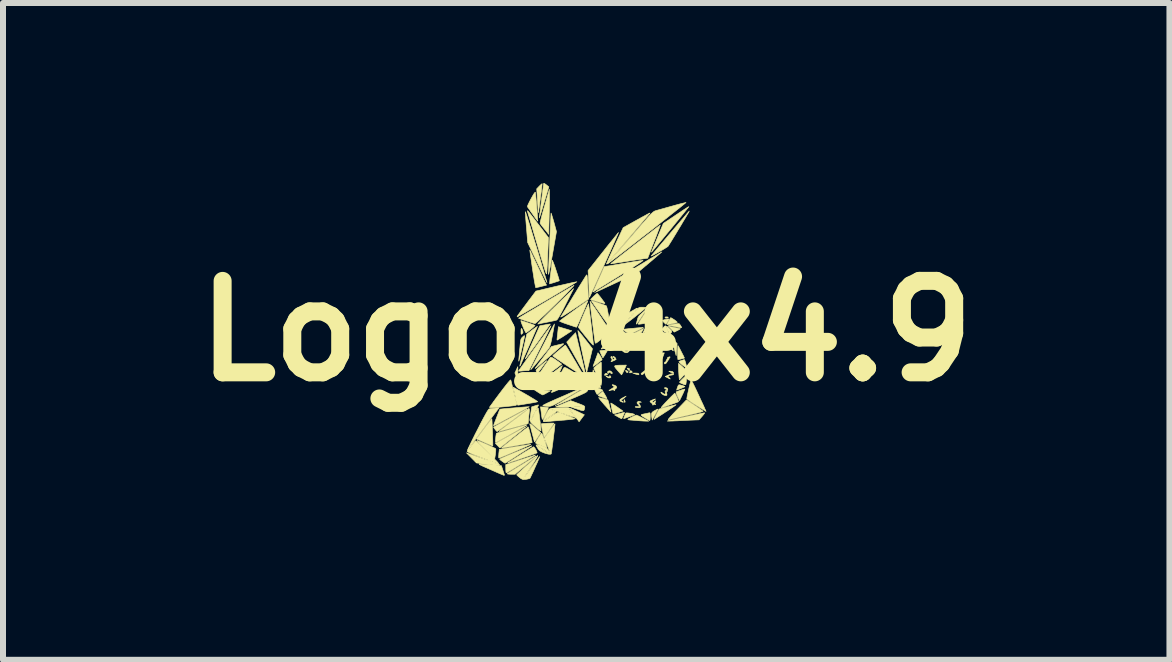
<source format=kicad_pcb>
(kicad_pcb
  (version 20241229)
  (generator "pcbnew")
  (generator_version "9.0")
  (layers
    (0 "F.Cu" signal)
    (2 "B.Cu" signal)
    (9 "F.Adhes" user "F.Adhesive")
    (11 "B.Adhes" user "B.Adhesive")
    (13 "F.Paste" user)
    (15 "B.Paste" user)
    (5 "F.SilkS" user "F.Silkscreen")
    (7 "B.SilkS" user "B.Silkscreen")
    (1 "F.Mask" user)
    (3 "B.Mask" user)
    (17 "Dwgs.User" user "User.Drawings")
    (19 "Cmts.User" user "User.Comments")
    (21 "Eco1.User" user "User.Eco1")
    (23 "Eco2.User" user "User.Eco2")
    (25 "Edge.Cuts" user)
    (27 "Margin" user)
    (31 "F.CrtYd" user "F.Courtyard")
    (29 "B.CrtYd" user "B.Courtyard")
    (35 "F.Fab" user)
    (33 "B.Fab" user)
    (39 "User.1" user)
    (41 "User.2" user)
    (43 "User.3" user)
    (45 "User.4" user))
  (footprint "Logo_4x4.9"
    (layer "F.Cu")
    (at 6.72 2.466)
    (property "Reference" "Logo_4x4.9" (at 0 0 0) (layer "F.SilkS") (effects (font (size 1.524 1.524) (thickness 0.3))))
    (attr through_hole)
    (fp_poly (pts (xy -0.986 1.59) (xy -0.991 1.595) (xy -0.996 1.59) (xy -0.991 1.585) (xy -0.986 1.59)) (stroke (width 0.01) (type solid)) (fill yes) (layer "F.SilkS"))
    (fp_poly (pts (xy -0.508 1.245) (xy -0.513 1.25) (xy -0.518 1.245) (xy -0.513 1.24) (xy -0.508 1.245)) (stroke (width 0.01) (type solid)) (fill yes) (layer "F.SilkS"))
    (fp_poly (pts (xy -0.173 1.448) (xy -0.178 1.453) (xy -0.183 1.448) (xy -0.178 1.443) (xy -0.173 1.448)) (stroke (width 0.01) (type solid)) (fill yes) (layer "F.SilkS"))
    (fp_poly (pts (xy 0.152 -0.645) (xy 0.147 -0.64) (xy 0.142 -0.645) (xy 0.147 -0.65) (xy 0.152 -0.645)) (stroke (width 0.01) (type solid)) (fill yes) (layer "F.SilkS"))
    (fp_poly (pts (xy 0.635 1.143) (xy 0.64 1.153) (xy 0.649 1.177) (xy 0.647 1.187) (xy 0.64 1.189) (xy 0.633 1.18) (xy 0.631 1.161) (xy 0.632 1.143) (xy 0.635 1.143)) (stroke (width 0.01) (type solid)) (fill yes) (layer "F.SilkS"))
    (fp_poly (pts (xy 0.676 0.662) (xy 0.697 0.676) (xy 0.698 0.687) (xy 0.687 0.694) (xy 0.673 0.69) (xy 0.662 0.675) (xy 0.656 0.658) (xy 0.661 0.656) (xy 0.676 0.662)) (stroke (width 0.01) (type solid)) (fill yes) (layer "F.SilkS"))
    (fp_poly (pts (xy 1.194 0.494) (xy 1.189 0.508) (xy 1.177 0.525) (xy 1.169 0.525) (xy 1.163 0.517) (xy 1.164 0.503) (xy 1.17 0.497) (xy 1.189 0.488) (xy 1.194 0.494)) (stroke (width 0.01) (type solid)) (fill yes) (layer "F.SilkS"))
    (fp_poly (pts (xy 1.439 0.677) (xy 1.453 0.691) (xy 1.459 0.706) (xy 1.453 0.709) (xy 1.433 0.702) (xy 1.412 0.691) (xy 1.377 0.671) (xy 1.409 0.671) (xy 1.439 0.677)) (stroke (width 0.01) (type solid)) (fill yes) (layer "F.SilkS"))
    (fp_poly (pts (xy -0.991 0.9) (xy -0.961 0.909) (xy -0.95 0.92) (xy -0.958 0.933) (xy -0.958 0.933) (xy -0.971 0.938) (xy -0.987 0.928) (xy -0.997 0.919) (xy -1.021 0.892) (xy -0.991 0.9)) (stroke (width 0.01) (type solid)) (fill yes) (layer "F.SilkS"))
    (fp_poly (pts (xy 0.717 0.626) (xy 0.721 0.64) (xy 0.72 0.657) (xy 0.718 0.66) (xy 0.709 0.654) (xy 0.696 0.64) (xy 0.684 0.625) (xy 0.686 0.62) (xy 0.699 0.62) (xy 0.717 0.626)) (stroke (width 0.01) (type solid)) (fill yes) (layer "F.SilkS"))
    (fp_poly (pts (xy 0.858 0.704) (xy 0.875 0.712) (xy 0.877 0.716) (xy 0.878 0.727) (xy 0.868 0.73) (xy 0.844 0.725) (xy 0.818 0.717) (xy 0.777 0.703) (xy 0.824 0.702) (xy 0.858 0.704)) (stroke (width 0.01) (type solid)) (fill yes) (layer "F.SilkS"))
    (fp_poly (pts (xy 0.913 0.132) (xy 0.91 0.142) (xy 0.898 0.152) (xy 0.879 0.146) (xy 0.875 0.143) (xy 0.868 0.135) (xy 0.88 0.128) (xy 0.883 0.127) (xy 0.906 0.124) (xy 0.913 0.132)) (stroke (width 0.01) (type solid)) (fill yes) (layer "F.SilkS"))
    (fp_poly (pts (xy 0.969 0.158) (xy 0.969 0.168) (xy 0.961 0.18) (xy 0.946 0.18) (xy 0.937 0.176) (xy 0.929 0.167) (xy 0.936 0.157) (xy 0.954 0.152) (xy 0.955 0.152) (xy 0.969 0.158)) (stroke (width 0.01) (type solid)) (fill yes) (layer "F.SilkS"))
    (fp_poly (pts (xy 1.173 0.477) (xy 1.169 0.481) (xy 1.154 0.495) (xy 1.142 0.497) (xy 1.14 0.487) (xy 1.14 0.485) (xy 1.153 0.473) (xy 1.164 0.469) (xy 1.177 0.468) (xy 1.173 0.477)) (stroke (width 0.01) (type solid)) (fill yes) (layer "F.SilkS"))
    (fp_poly (pts (xy 0.339 0.707) (xy 0.353 0.717) (xy 0.355 0.727) (xy 0.346 0.732) (xy 0.329 0.735) (xy 0.321 0.738) (xy 0.307 0.739) (xy 0.305 0.735) (xy 0.313 0.715) (xy 0.329 0.706) (xy 0.339 0.707)) (stroke (width 0.01) (type solid)) (fill yes) (layer "F.SilkS"))
    (fp_poly (pts (xy 1.346 0.951) (xy 1.356 0.962) (xy 1.36 0.977) (xy 1.353 0.98) (xy 1.332 0.971) (xy 1.328 0.969) (xy 1.306 0.956) (xy 1.303 0.948) (xy 1.318 0.945) (xy 1.325 0.945) (xy 1.346 0.951)) (stroke (width 0.01) (type solid)) (fill yes) (layer "F.SilkS"))
    (fp_poly (pts (xy -1.139 0.704) (xy -1.139 0.748) (xy -1.139 0.784) (xy -1.14 0.807) (xy -1.142 0.813) (xy -1.147 0.804) (xy -1.157 0.782) (xy -1.167 0.756) (xy -1.189 0.699) (xy -1.164 0.646) (xy -1.14 0.594) (xy -1.139 0.704)) (stroke (width 0.01) (type solid)) (fill yes) (layer "F.SilkS"))
    (fp_poly (pts (xy 0.752 0.667) (xy 0.759 0.673) (xy 0.768 0.686) (xy 0.765 0.691) (xy 0.746 0.694) (xy 0.737 0.697) (xy 0.724 0.698) (xy 0.722 0.695) (xy 0.727 0.679) (xy 0.731 0.671) (xy 0.74 0.661) (xy 0.752 0.667)) (stroke (width 0.01) (type solid)) (fill yes) (layer "F.SilkS"))
    (fp_poly (pts (xy 1.139 0.518) (xy 1.147 0.527) (xy 1.144 0.536) (xy 1.132 0.545) (xy 1.113 0.551) (xy 1.095 0.553) (xy 1.087 0.549) (xy 1.087 0.549) (xy 1.094 0.537) (xy 1.105 0.525) (xy 1.122 0.517) (xy 1.139 0.518)) (stroke (width 0.01) (type solid)) (fill yes) (layer "F.SilkS"))
    (fp_poly (pts (xy 1.339 -0.234) (xy 1.352 -0.234) (xy 1.366 -0.23) (xy 1.367 -0.224) (xy 1.354 -0.216) (xy 1.335 -0.214) (xy 1.319 -0.216) (xy 1.312 -0.224) (xy 1.313 -0.224) (xy 1.321 -0.234) (xy 1.324 -0.234) (xy 1.339 -0.234)) (stroke (width 0.01) (type solid)) (fill yes) (layer "F.SilkS"))
    (fp_poly (pts (xy 1.464 -0.06) (xy 1.506 -0.051) (xy 1.541 -0.044) (xy 1.563 -0.039) (xy 1.568 -0.038) (xy 1.564 -0.032) (xy 1.546 -0.021) (xy 1.521 -0.008) (xy 1.466 0.019) (xy 1.418 -0.03) (xy 1.369 -0.079) (xy 1.464 -0.06)) (stroke (width 0.01) (type solid)) (fill yes) (layer "F.SilkS"))
    (fp_poly (pts (xy 0.943 0.185) (xy 0.943 0.193) (xy 0.935 0.213) (xy 0.924 0.234) (xy 0.906 0.264) (xy 0.891 0.274) (xy 0.88 0.266) (xy 0.882 0.253) (xy 0.893 0.232) (xy 0.909 0.208) (xy 0.924 0.19) (xy 0.935 0.183) (xy 0.943 0.185)) (stroke (width 0.01) (type solid)) (fill yes) (layer "F.SilkS"))
    (fp_poly (pts (xy 1.426 0.22) (xy 1.437 0.263) (xy 1.445 0.299) (xy 1.45 0.323) (xy 1.451 0.33) (xy 1.442 0.325) (xy 1.421 0.309) (xy 1.389 0.284) (xy 1.349 0.252) (xy 1.312 0.222) (xy 1.177 0.112) (xy 1.397 0.112) (xy 1.426 0.22)) (stroke (width 0.01) (type solid)) (fill yes) (layer "F.SilkS"))
    (fp_poly (pts (xy 1.433 0.131) (xy 1.452 0.147) (xy 1.472 0.166) (xy 1.515 0.21) (xy 1.507 0.311) (xy 1.499 0.411) (xy 1.46 0.271) (xy 1.446 0.221) (xy 1.435 0.178) (xy 1.428 0.146) (xy 1.425 0.128) (xy 1.425 0.126) (xy 1.433 0.131)) (stroke (width 0.01) (type solid)) (fill yes) (layer "F.SilkS"))
    (fp_poly (pts (xy -1.073 -0.037) (xy -1.062 -0.011) (xy -1.059 -0.003) (xy -1.053 0.021) (xy -1.059 0.037) (xy -1.068 0.046) (xy -1.078 0.055) (xy -1.084 0.054) (xy -1.087 0.04) (xy -1.087 0.009) (xy -1.087 0.005) (xy -1.086 -0.029) (xy -1.081 -0.043) (xy -1.073 -0.037)) (stroke (width 0.01) (type solid)) (fill yes) (layer "F.SilkS"))
    (fp_poly (pts (xy 0.936 -0.002) (xy 0.921 0.023) (xy 0.904 0.036) (xy 0.876 0.043) (xy 0.868 0.044) (xy 0.828 0.049) (xy 0.798 0.051) (xy 0.784 0.049) (xy 0.783 0.047) (xy 0.794 0.041) (xy 0.818 0.028) (xy 0.852 0.011) (xy 0.872 0.001) (xy 0.956 -0.041) (xy 0.936 -0.002)) (stroke (width 0.01) (type solid)) (fill yes) (layer "F.SilkS"))
    (fp_poly (pts (xy 1.191 1.312) (xy 1.18 1.336) (xy 1.163 1.369) (xy 1.149 1.395) (xy 1.1 1.484) (xy 1.094 1.446) (xy 1.088 1.404) (xy 1.089 1.376) (xy 1.098 1.356) (xy 1.119 1.34) (xy 1.139 1.328) (xy 1.167 1.313) (xy 1.187 1.304) (xy 1.194 1.302) (xy 1.191 1.312)) (stroke (width 0.01) (type solid)) (fill yes) (layer "F.SilkS"))
    (fp_poly (pts (xy 0.206 0.86) (xy 0.227 0.905) (xy 0.239 0.936) (xy 0.24 0.952) (xy 0.237 0.954) (xy 0.225 0.949) (xy 0.2 0.935) (xy 0.173 0.919) (xy 0.144 0.9) (xy 0.123 0.884) (xy 0.115 0.876) (xy 0.121 0.866) (xy 0.138 0.848) (xy 0.148 0.84) (xy 0.182 0.812) (xy 0.206 0.86)) (stroke (width 0.01) (type solid)) (fill yes) (layer "F.SilkS"))
    (fp_poly (pts (xy 0.4 0.749) (xy 0.405 0.755) (xy 0.412 0.769) (xy 0.402 0.779) (xy 0.399 0.78) (xy 0.378 0.783) (xy 0.351 0.771) (xy 0.331 0.757) (xy 0.329 0.752) (xy 0.346 0.756) (xy 0.359 0.762) (xy 0.379 0.766) (xy 0.387 0.759) (xy 0.388 0.755) (xy 0.392 0.744) (xy 0.4 0.749)) (stroke (width 0.01) (type solid)) (fill yes) (layer "F.SilkS"))
    (fp_poly (pts (xy 0.636 1.366) (xy 0.628 1.387) (xy 0.616 1.413) (xy 0.604 1.439) (xy 0.594 1.458) (xy 0.59 1.463) (xy 0.579 1.458) (xy 0.555 1.446) (xy 0.528 1.431) (xy 0.472 1.399) (xy 0.554 1.377) (xy 0.591 1.367) (xy 0.62 1.36) (xy 0.636 1.357) (xy 0.637 1.357) (xy 0.636 1.366)) (stroke (width 0.01) (type solid)) (fill yes) (layer "F.SilkS"))
    (fp_poly (pts (xy 0.144 0.722) (xy 0.157 0.757) (xy 0.166 0.783) (xy 0.17 0.797) (xy 0.17 0.797) (xy 0.161 0.803) (xy 0.141 0.815) (xy 0.14 0.816) (xy 0.117 0.829) (xy 0.105 0.83) (xy 0.102 0.817) (xy 0.102 0.804) (xy 0.103 0.778) (xy 0.105 0.741) (xy 0.108 0.711) (xy 0.115 0.647) (xy 0.144 0.722)) (stroke (width 0.01) (type solid)) (fill yes) (layer "F.SilkS"))
    (fp_poly (pts (xy 0.215 0.387) (xy 0.233 0.414) (xy 0.249 0.442) (xy 0.261 0.465) (xy 0.264 0.479) (xy 0.264 0.48) (xy 0.211 0.522) (xy 0.169 0.555) (xy 0.137 0.578) (xy 0.118 0.589) (xy 0.114 0.589) (xy 0.119 0.574) (xy 0.13 0.544) (xy 0.145 0.504) (xy 0.158 0.469) (xy 0.196 0.363) (xy 0.215 0.387)) (stroke (width 0.01) (type solid)) (fill yes) (layer "F.SilkS"))
    (fp_poly (pts (xy 0.312 1.062) (xy 0.329 1.092) (xy 0.341 1.114) (xy 0.345 1.123) (xy 0.343 1.126) (xy 0.333 1.126) (xy 0.312 1.12) (xy 0.277 1.107) (xy 0.267 1.104) (xy 0.234 1.092) (xy 0.209 1.082) (xy 0.198 1.076) (xy 0.202 1.067) (xy 0.219 1.05) (xy 0.235 1.038) (xy 0.278 1.006) (xy 0.312 1.062)) (stroke (width 0.01) (type solid)) (fill yes) (layer "F.SilkS"))
    (fp_poly (pts (xy 0.399 0.666) (xy 0.417 0.676) (xy 0.434 0.696) (xy 0.434 0.708) (xy 0.421 0.711) (xy 0.41 0.707) (xy 0.411 0.702) (xy 0.407 0.693) (xy 0.397 0.688) (xy 0.379 0.69) (xy 0.374 0.698) (xy 0.367 0.707) (xy 0.363 0.705) (xy 0.355 0.688) (xy 0.361 0.674) (xy 0.378 0.666) (xy 0.399 0.666)) (stroke (width 0.01) (type solid)) (fill yes) (layer "F.SilkS"))
    (fp_poly (pts (xy 0.632 1.117) (xy 0.608 1.136) (xy 0.587 1.147) (xy 0.581 1.148) (xy 0.574 1.151) (xy 0.585 1.16) (xy 0.592 1.164) (xy 0.615 1.179) (xy 0.62 1.187) (xy 0.607 1.187) (xy 0.582 1.178) (xy 0.562 1.165) (xy 0.561 1.149) (xy 0.581 1.13) (xy 0.62 1.108) (xy 0.665 1.086) (xy 0.632 1.117)) (stroke (width 0.01) (type solid)) (fill yes) (layer "F.SilkS"))
    (fp_poly (pts (xy 1.243 -0.005) (xy 1.267 0.008) (xy 1.298 0.027) (xy 1.301 0.029) (xy 1.329 0.048) (xy 1.346 0.061) (xy 1.348 0.07) (xy 1.336 0.076) (xy 1.306 0.08) (xy 1.259 0.084) (xy 1.231 0.086) (xy 1.135 0.093) (xy 1.179 0.042) (xy 1.202 0.015) (xy 1.221 -0.003) (xy 1.231 -0.01) (xy 1.243 -0.005)) (stroke (width 0.01) (type solid)) (fill yes) (layer "F.SilkS"))
    (fp_poly (pts (xy 1.546 -0.122) (xy 1.549 -0.121) (xy 1.561 -0.108) (xy 1.576 -0.085) (xy 1.578 -0.082) (xy 1.586 -0.068) (xy 1.59 -0.058) (xy 1.585 -0.054) (xy 1.571 -0.054) (xy 1.543 -0.059) (xy 1.5 -0.068) (xy 1.468 -0.074) (xy 1.367 -0.096) (xy 1.453 -0.112) (xy 1.493 -0.119) (xy 1.526 -0.123) (xy 1.546 -0.122)) (stroke (width 0.01) (type solid)) (fill yes) (layer "F.SilkS"))
    (fp_poly (pts (xy 1.671 0.808) (xy 1.667 0.846) (xy 1.663 0.877) (xy 1.659 0.894) (xy 1.658 0.895) (xy 1.645 0.895) (xy 1.621 0.888) (xy 1.603 0.881) (xy 1.575 0.869) (xy 1.558 0.858) (xy 1.554 0.854) (xy 1.561 0.845) (xy 1.579 0.825) (xy 1.605 0.798) (xy 1.617 0.787) (xy 1.679 0.726) (xy 1.671 0.808)) (stroke (width 0.01) (type solid)) (fill yes) (layer "F.SilkS"))
    (fp_poly (pts (xy -0.848 0.969) (xy -0.816 0.973) (xy -0.773 0.977) (xy -0.742 0.98) (xy -0.7 0.985) (xy -0.659 0.989) (xy -0.636 0.992) (xy -0.597 0.998) (xy -0.657 1.032) (xy -0.688 1.049) (xy -0.713 1.061) (xy -0.726 1.066) (xy -0.739 1.06) (xy -0.764 1.046) (xy -0.797 1.025) (xy -0.813 1.015) (xy -0.889 0.964) (xy -0.848 0.969)) (stroke (width 0.01) (type solid)) (fill yes) (layer "F.SilkS"))
    (fp_poly (pts (xy 0.126 0.918) (xy 0.15 0.929) (xy 0.183 0.944) (xy 0.197 0.951) (xy 0.276 0.987) (xy 0.232 1.022) (xy 0.207 1.041) (xy 0.188 1.054) (xy 0.182 1.057) (xy 0.175 1.048) (xy 0.163 1.025) (xy 0.148 0.993) (xy 0.144 0.986) (xy 0.13 0.952) (xy 0.12 0.927) (xy 0.116 0.915) (xy 0.116 0.914) (xy 0.126 0.918)) (stroke (width 0.01) (type solid)) (fill yes) (layer "F.SilkS"))
    (fp_poly (pts (xy 0.632 0.65) (xy 0.615 0.686) (xy 0.6 0.714) (xy 0.591 0.729) (xy 0.589 0.731) (xy 0.581 0.723) (xy 0.563 0.704) (xy 0.537 0.675) (xy 0.521 0.657) (xy 0.493 0.623) (xy 0.476 0.599) (xy 0.474 0.584) (xy 0.486 0.576) (xy 0.516 0.572) (xy 0.563 0.57) (xy 0.586 0.57) (xy 0.669 0.569) (xy 0.632 0.65)) (stroke (width 0.01) (type solid)) (fill yes) (layer "F.SilkS"))
    (fp_poly (pts (xy 1.644 0.97) (xy 1.641 0.98) (xy 1.63 1.003) (xy 1.615 1.038) (xy 1.601 1.067) (xy 1.555 1.161) (xy 1.523 1.093) (xy 1.508 1.058) (xy 1.5 1.031) (xy 1.499 1.017) (xy 1.5 1.016) (xy 1.513 1.01) (xy 1.538 1) (xy 1.569 0.989) (xy 1.601 0.979) (xy 1.628 0.972) (xy 1.642 0.97) (xy 1.644 0.97)) (stroke (width 0.01) (type solid)) (fill yes) (layer "F.SilkS"))
    (fp_poly (pts (xy 1.061 0.606) (xy 1.043 0.626) (xy 1.011 0.659) (xy 0.976 0.694) (xy 0.953 0.716) (xy 0.937 0.727) (xy 0.928 0.729) (xy 0.921 0.724) (xy 0.919 0.721) (xy 0.915 0.709) (xy 0.916 0.707) (xy 0.925 0.701) (xy 0.946 0.684) (xy 0.976 0.662) (xy 0.986 0.654) (xy 1.027 0.623) (xy 1.054 0.604) (xy 1.065 0.598) (xy 1.061 0.606)) (stroke (width 0.01) (type solid)) (fill yes) (layer "F.SilkS"))
    (fp_poly (pts (xy 1.379 -0.199) (xy 1.376 -0.19) (xy 1.366 -0.17) (xy 1.352 -0.146) (xy 1.339 -0.125) (xy 1.329 -0.113) (xy 1.328 -0.112) (xy 1.319 -0.118) (xy 1.303 -0.135) (xy 1.297 -0.14) (xy 1.28 -0.16) (xy 1.27 -0.173) (xy 1.27 -0.175) (xy 1.279 -0.18) (xy 1.301 -0.187) (xy 1.329 -0.194) (xy 1.356 -0.199) (xy 1.375 -0.2) (xy 1.379 -0.199)) (stroke (width 0.01) (type solid)) (fill yes) (layer "F.SilkS"))
    (fp_poly (pts (xy 1.568 0.9) (xy 1.601 0.908) (xy 1.627 0.917) (xy 1.643 0.925) (xy 1.645 0.929) (xy 1.634 0.934) (xy 1.611 0.944) (xy 1.581 0.957) (xy 1.55 0.969) (xy 1.524 0.98) (xy 1.509 0.985) (xy 1.508 0.986) (xy 1.509 0.977) (xy 1.515 0.955) (xy 1.521 0.939) (xy 1.531 0.912) (xy 1.541 0.899) (xy 1.555 0.897) (xy 1.568 0.9)) (stroke (width 0.01) (type solid)) (fill yes) (layer "F.SilkS"))
    (fp_poly (pts (xy 0.42 1.205) (xy 0.443 1.219) (xy 0.475 1.239) (xy 0.514 1.266) (xy 0.514 1.266) (xy 0.613 1.335) (xy 0.557 1.352) (xy 0.51 1.366) (xy 0.479 1.374) (xy 0.46 1.377) (xy 0.45 1.375) (xy 0.445 1.369) (xy 0.443 1.364) (xy 0.435 1.333) (xy 0.426 1.296) (xy 0.419 1.26) (xy 0.413 1.228) (xy 0.41 1.207) (xy 0.411 1.201) (xy 0.42 1.205)) (stroke (width 0.01) (type solid)) (fill yes) (layer "F.SilkS"))
    (fp_poly (pts (xy 1.093 -0.349) (xy 1.123 -0.345) (xy 1.143 -0.34) (xy 1.147 -0.339) (xy 1.146 -0.328) (xy 1.138 -0.304) (xy 1.126 -0.271) (xy 1.111 -0.234) (xy 1.095 -0.198) (xy 1.081 -0.167) (xy 1.07 -0.147) (xy 1.065 -0.142) (xy 1.06 -0.151) (xy 1.057 -0.175) (xy 1.057 -0.196) (xy 1.055 -0.24) (xy 1.052 -0.288) (xy 1.05 -0.302) (xy 1.044 -0.356) (xy 1.093 -0.349)) (stroke (width 0.01) (type solid)) (fill yes) (layer "F.SilkS"))
    (fp_poly (pts (xy 1.183 -0.009) (xy 1.179 0.000153) (xy 1.165 0.019) (xy 1.152 0.033) (xy 1.132 0.054) (xy 1.114 0.065) (xy 1.093 0.068) (xy 1.062 0.064) (xy 1.034 0.058) (xy 1.006 0.051) (xy 0.988 0.044) (xy 0.986 0.041) (xy 0.995 0.036) (xy 1.018 0.028) (xy 1.052 0.019) (xy 1.09 0.009) (xy 1.127 0.001) (xy 1.158 -0.006) (xy 1.179 -0.009) (xy 1.183 -0.009)) (stroke (width 0.01) (type solid)) (fill yes) (layer "F.SilkS"))
    (fp_poly (pts (xy -1.117 0.8) (xy -1.099 0.819) (xy -1.074 0.848) (xy -1.053 0.874) (xy -1.026 0.907) (xy -1.005 0.934) (xy -0.994 0.95) (xy -0.993 0.955) (xy -1.004 0.949) (xy -1.027 0.934) (xy -1.058 0.913) (xy -1.064 0.908) (xy -1.097 0.883) (xy -1.116 0.865) (xy -1.125 0.849) (xy -1.128 0.831) (xy -1.128 0.827) (xy -1.127 0.804) (xy -1.125 0.793) (xy -1.124 0.792) (xy -1.117 0.8)) (stroke (width 0.01) (type solid)) (fill yes) (layer "F.SilkS"))
    (fp_poly (pts (xy -0.697 1.268) (xy -0.663 1.271) (xy -0.639 1.275) (xy -0.631 1.278) (xy -0.635 1.29) (xy -0.646 1.316) (xy -0.663 1.351) (xy -0.68 1.387) (xy -0.702 1.432) (xy -0.717 1.46) (xy -0.727 1.472) (xy -0.733 1.471) (xy -0.734 1.468) (xy -0.738 1.447) (xy -0.743 1.414) (xy -0.746 1.387) (xy -0.751 1.348) (xy -0.756 1.313) (xy -0.758 1.295) (xy -0.763 1.265) (xy -0.697 1.268)) (stroke (width 0.01) (type solid)) (fill yes) (layer "F.SilkS"))
    (fp_poly (pts (xy 0.251 0.532) (xy 0.252 0.56) (xy 0.252 0.602) (xy 0.252 0.655) (xy 0.252 0.715) (xy 0.252 0.715) (xy 0.249 0.905) (xy 0.188 0.765) (xy 0.167 0.715) (xy 0.149 0.673) (xy 0.135 0.641) (xy 0.128 0.622) (xy 0.127 0.619) (xy 0.134 0.609) (xy 0.153 0.592) (xy 0.178 0.571) (xy 0.205 0.55) (xy 0.229 0.532) (xy 0.245 0.522) (xy 0.25 0.521) (xy 0.251 0.532)) (stroke (width 0.01) (type solid)) (fill yes) (layer "F.SilkS"))
    (fp_poly (pts (xy 0.356 0.319) (xy 0.356 0.319) (xy 0.351 0.33) (xy 0.338 0.352) (xy 0.322 0.38) (xy 0.305 0.408) (xy 0.289 0.432) (xy 0.28 0.446) (xy 0.278 0.447) (xy 0.272 0.439) (xy 0.261 0.416) (xy 0.249 0.39) (xy 0.236 0.359) (xy 0.228 0.338) (xy 0.226 0.33) (xy 0.237 0.327) (xy 0.261 0.325) (xy 0.292 0.322) (xy 0.322 0.32) (xy 0.345 0.319) (xy 0.356 0.319)) (stroke (width 0.01) (type solid)) (fill yes) (layer "F.SilkS"))
    (fp_poly (pts (xy 1.033 -0.053) (xy 1.065 -0.047) (xy 1.08 -0.045) (xy 1.109 -0.04) (xy 1.128 -0.034) (xy 1.132 -0.031) (xy 1.125 -0.025) (xy 1.103 -0.015) (xy 1.068 -0.002) (xy 1.041 0.007) (xy 1 0.02) (xy 0.968 0.03) (xy 0.949 0.035) (xy 0.945 0.035) (xy 0.949 0.024) (xy 0.959 0.002) (xy 0.967 -0.015) (xy 0.983 -0.044) (xy 0.996 -0.056) (xy 1.011 -0.057) (xy 1.033 -0.053)) (stroke (width 0.01) (type solid)) (fill yes) (layer "F.SilkS"))
    (fp_poly (pts (xy 1.17 -0.3) (xy 1.175 -0.273) (xy 1.179 -0.227) (xy 1.181 -0.191) (xy 1.183 -0.143) (xy 1.183 -0.113) (xy 1.177 -0.097) (xy 1.164 -0.092) (xy 1.14 -0.095) (xy 1.11 -0.1) (xy 1.087 -0.107) (xy 1.076 -0.116) (xy 1.076 -0.117) (xy 1.08 -0.13) (xy 1.09 -0.157) (xy 1.105 -0.194) (xy 1.119 -0.227) (xy 1.139 -0.271) (xy 1.153 -0.299) (xy 1.163 -0.308) (xy 1.17 -0.3)) (stroke (width 0.01) (type solid)) (fill yes) (layer "F.SilkS"))
    (fp_poly (pts (xy 1.3 0.364) (xy 1.297 0.379) (xy 1.287 0.405) (xy 1.275 0.436) (xy 1.261 0.467) (xy 1.249 0.493) (xy 1.24 0.507) (xy 1.239 0.508) (xy 1.228 0.501) (xy 1.21 0.483) (xy 1.194 0.465) (xy 1.176 0.441) (xy 1.166 0.422) (xy 1.166 0.416) (xy 1.179 0.407) (xy 1.204 0.396) (xy 1.234 0.384) (xy 1.263 0.373) (xy 1.287 0.365) (xy 1.3 0.363) (xy 1.3 0.364)) (stroke (width 0.01) (type solid)) (fill yes) (layer "F.SilkS"))
    (fp_poly (pts (xy 1.446 0.719) (xy 1.456 0.725) (xy 1.452 0.729) (xy 1.431 0.734) (xy 1.415 0.736) (xy 1.385 0.741) (xy 1.366 0.747) (xy 1.361 0.75) (xy 1.368 0.76) (xy 1.383 0.778) (xy 1.384 0.779) (xy 1.398 0.795) (xy 1.4 0.801) (xy 1.388 0.796) (xy 1.36 0.782) (xy 1.356 0.78) (xy 1.316 0.759) (xy 1.37 0.734) (xy 1.406 0.719) (xy 1.43 0.715) (xy 1.446 0.719)) (stroke (width 0.01) (type solid)) (fill yes) (layer "F.SilkS"))
    (fp_poly (pts (xy 1.642 0.487) (xy 1.65 0.509) (xy 1.659 0.539) (xy 1.667 0.571) (xy 1.672 0.598) (xy 1.674 0.614) (xy 1.674 0.616) (xy 1.664 0.612) (xy 1.643 0.598) (xy 1.615 0.577) (xy 1.606 0.57) (xy 1.576 0.546) (xy 1.555 0.526) (xy 1.545 0.513) (xy 1.545 0.512) (xy 1.554 0.505) (xy 1.576 0.495) (xy 1.603 0.486) (xy 1.627 0.479) (xy 1.637 0.478) (xy 1.642 0.487)) (stroke (width 0.01) (type solid)) (fill yes) (layer "F.SilkS"))
    (fp_poly (pts (xy -0.681 0.529) (xy -0.7 0.554) (xy -0.725 0.59) (xy -0.752 0.627) (xy -0.756 0.632) (xy -0.779 0.664) (xy -0.797 0.688) (xy -0.807 0.7) (xy -0.808 0.701) (xy -0.816 0.694) (xy -0.828 0.678) (xy -0.835 0.666) (xy -0.836 0.656) (xy -0.828 0.643) (xy -0.809 0.623) (xy -0.78 0.597) (xy -0.747 0.566) (xy -0.714 0.538) (xy -0.69 0.519) (xy -0.686 0.516) (xy -0.655 0.493) (xy -0.681 0.529)) (stroke (width 0.01) (type solid)) (fill yes) (layer "F.SilkS"))
    (fp_poly (pts (xy -0.454 -0.068) (xy -0.429 -0.06) (xy -0.392 -0.049) (xy -0.351 -0.037) (xy -0.24 -0.003) (xy -0.359 0.075) (xy -0.402 0.103) (xy -0.44 0.126) (xy -0.468 0.143) (xy -0.483 0.152) (xy -0.484 0.152) (xy -0.487 0.144) (xy -0.485 0.122) (xy -0.484 0.114) (xy -0.481 0.084) (xy -0.476 0.043) (xy -0.472 0.003) (xy -0.468 -0.033) (xy -0.465 -0.059) (xy -0.464 -0.071) (xy -0.464 -0.071) (xy -0.454 -0.068)) (stroke (width 0.01) (type solid)) (fill yes) (layer "F.SilkS"))
    (fp_poly (pts (xy 0.884 0.158) (xy 0.89 0.168) (xy 0.888 0.171) (xy 0.877 0.184) (xy 0.863 0.206) (xy 0.862 0.208) (xy 0.843 0.235) (xy 0.828 0.242) (xy 0.819 0.235) (xy 0.821 0.221) (xy 0.829 0.208) (xy 0.833 0.208) (xy 0.838 0.213) (xy 0.843 0.208) (xy 0.838 0.203) (xy 0.833 0.208) (xy 0.829 0.208) (xy 0.835 0.196) (xy 0.86 0.164) (xy 0.864 0.159) (xy 0.878 0.155) (xy 0.884 0.158)) (stroke (width 0.01) (type solid)) (fill yes) (layer "F.SilkS"))
    (fp_poly (pts (xy 0.951 -0.058) (xy 0.944 -0.053) (xy 0.921 -0.04) (xy 0.888 -0.022) (xy 0.845 -0.001) (xy 0.839 0.002) (xy 0.724 0.06) (xy 0.667 0.018) (xy 0.639 -0.003) (xy 0.62 -0.019) (xy 0.612 -0.026) (xy 0.612 -0.026) (xy 0.623 -0.028) (xy 0.65 -0.032) (xy 0.688 -0.036) (xy 0.735 -0.041) (xy 0.785 -0.045) (xy 0.835 -0.05) (xy 0.881 -0.054) (xy 0.918 -0.057) (xy 0.943 -0.058) (xy 0.951 -0.058)) (stroke (width 0.01) (type solid)) (fill yes) (layer "F.SilkS"))
    (fp_poly (pts (xy 1.063 1.368) (xy 1.066 1.383) (xy 1.067 1.414) (xy 1.067 1.426) (xy 1.066 1.46) (xy 1.063 1.484) (xy 1.059 1.493) (xy 1.047 1.488) (xy 1.023 1.475) (xy 0.992 1.456) (xy 0.987 1.453) (xy 0.946 1.428) (xy 0.923 1.412) (xy 0.915 1.401) (xy 0.922 1.393) (xy 0.943 1.387) (xy 0.962 1.383) (xy 0.998 1.376) (xy 1.03 1.369) (xy 1.044 1.365) (xy 1.056 1.363) (xy 1.063 1.368)) (stroke (width 0.01) (type solid)) (fill yes) (layer "F.SilkS"))
    (fp_poly (pts (xy 1.417 -0.218) (xy 1.438 -0.206) (xy 1.467 -0.187) (xy 1.468 -0.187) (xy 1.495 -0.167) (xy 1.513 -0.151) (xy 1.517 -0.142) (xy 1.517 -0.142) (xy 1.503 -0.137) (xy 1.476 -0.13) (xy 1.443 -0.123) (xy 1.405 -0.116) (xy 1.374 -0.109) (xy 1.357 -0.105) (xy 1.348 -0.104) (xy 1.347 -0.112) (xy 1.356 -0.13) (xy 1.371 -0.159) (xy 1.388 -0.189) (xy 1.401 -0.212) (xy 1.407 -0.222) (xy 1.417 -0.218)) (stroke (width 0.01) (type solid)) (fill yes) (layer "F.SilkS"))
    (fp_poly (pts (xy -0.612 -2.285) (xy -0.612 -2.255) (xy -0.612 -2.209) (xy -0.612 -2.148) (xy -0.614 -2.078) (xy -0.615 -2.001) (xy -0.617 -1.921) (xy -0.617 -1.91) (xy -0.625 -1.61) (xy -0.695 -1.697) (xy -0.724 -1.733) (xy -0.748 -1.764) (xy -0.764 -1.787) (xy -0.769 -1.795) (xy -0.768 -1.808) (xy -0.761 -1.837) (xy -0.75 -1.881) (xy -0.736 -1.937) (xy -0.718 -2.001) (xy -0.698 -2.073) (xy -0.694 -2.084) (xy -0.615 -2.361) (xy -0.612 -2.285)) (stroke (width 0.01) (type solid)) (fill yes) (layer "F.SilkS"))
    (fp_poly (pts (xy 0.456 0.899) (xy 0.476 0.905) (xy 0.5 0.92) (xy 0.508 0.94) (xy 0.497 0.959) (xy 0.487 0.965) (xy 0.474 0.979) (xy 0.474 0.989) (xy 0.476 0.995) (xy 0.466 0.988) (xy 0.446 0.981) (xy 0.417 0.985) (xy 0.416 0.986) (xy 0.389 0.993) (xy 0.379 0.994) (xy 0.385 0.987) (xy 0.409 0.972) (xy 0.421 0.964) (xy 0.471 0.932) (xy 0.446 0.913) (xy 0.432 0.9) (xy 0.435 0.895) (xy 0.456 0.899)) (stroke (width 0.01) (type solid)) (fill yes) (layer "F.SilkS"))
    (fp_poly (pts (xy 0.849 1.407) (xy 0.877 1.419) (xy 0.914 1.437) (xy 0.945 1.453) (xy 1.041 1.503) (xy 0.991 1.502) (xy 0.958 1.501) (xy 0.913 1.498) (xy 0.862 1.495) (xy 0.833 1.492) (xy 0.772 1.487) (xy 0.729 1.484) (xy 0.703 1.48) (xy 0.693 1.475) (xy 0.697 1.468) (xy 0.713 1.459) (xy 0.739 1.445) (xy 0.749 1.44) (xy 0.785 1.422) (xy 0.815 1.409) (xy 0.833 1.402) (xy 0.835 1.402) (xy 0.849 1.407)) (stroke (width 0.01) (type solid)) (fill yes) (layer "F.SilkS"))
    (fp_poly (pts (xy -0.833 2.087) (xy -0.841 2.094) (xy -0.861 2.113) (xy -0.894 2.141) (xy -0.935 2.176) (xy -0.983 2.217) (xy -1.01 2.24) (xy -1.186 2.388) (xy -1.255 2.388) (xy -1.292 2.386) (xy -1.313 2.383) (xy -1.315 2.378) (xy -1.305 2.371) (xy -1.279 2.354) (xy -1.241 2.33) (xy -1.192 2.3) (xy -1.135 2.265) (xy -1.072 2.227) (xy -1.006 2.186) (xy -0.939 2.145) (xy -0.873 2.105) (xy -0.841 2.086) (xy -0.833 2.086) (xy -0.833 2.087)) (stroke (width 0.01) (type solid)) (fill yes) (layer "F.SilkS"))
    (fp_poly (pts (xy -0.093 0.376) (xy -0.074 0.457) (xy -0.056 0.531) (xy -0.041 0.597) (xy -0.028 0.651) (xy -0.019 0.693) (xy -0.014 0.719) (xy -0.013 0.727) (xy -0.019 0.72) (xy -0.033 0.697) (xy -0.054 0.661) (xy -0.081 0.615) (xy -0.113 0.561) (xy -0.135 0.52) (xy -0.171 0.457) (xy -0.206 0.395) (xy -0.237 0.339) (xy -0.264 0.293) (xy -0.283 0.258) (xy -0.29 0.247) (xy -0.325 0.185) (xy -0.251 0.106) (xy -0.177 0.028) (xy -0.093 0.376)) (stroke (width 0.01) (type solid)) (fill yes) (layer "F.SilkS"))
    (fp_poly (pts (xy 0.701 1.367) (xy 0.737 1.372) (xy 0.741 1.372) (xy 0.775 1.379) (xy 0.798 1.387) (xy 0.806 1.393) (xy 0.805 1.393) (xy 0.792 1.401) (xy 0.765 1.412) (xy 0.73 1.425) (xy 0.726 1.426) (xy 0.689 1.439) (xy 0.657 1.451) (xy 0.638 1.458) (xy 0.637 1.458) (xy 0.627 1.461) (xy 0.624 1.456) (xy 0.629 1.439) (xy 0.636 1.421) (xy 0.648 1.393) (xy 0.658 1.372) (xy 0.661 1.368) (xy 0.674 1.365) (xy 0.701 1.367)) (stroke (width 0.01) (type solid)) (fill yes) (layer "F.SilkS"))
    (fp_poly (pts (xy 1.001 -0.356) (xy 0.989 -0.336) (xy 0.969 -0.305) (xy 0.944 -0.268) (xy 0.917 -0.227) (xy 0.891 -0.188) (xy 0.868 -0.154) (xy 0.85 -0.129) (xy 0.841 -0.117) (xy 0.841 -0.117) (xy 0.835 -0.115) (xy 0.837 -0.127) (xy 0.842 -0.149) (xy 0.851 -0.181) (xy 0.854 -0.195) (xy 0.862 -0.221) (xy 0.875 -0.244) (xy 0.896 -0.268) (xy 0.93 -0.299) (xy 0.938 -0.307) (xy 0.968 -0.332) (xy 0.989 -0.35) (xy 1.001 -0.357) (xy 1.001 -0.356)) (stroke (width 0.01) (type solid)) (fill yes) (layer "F.SilkS"))
    (fp_poly (pts (xy 1.535 0.252) (xy 1.547 0.274) (xy 1.564 0.306) (xy 1.583 0.343) (xy 1.602 0.38) (xy 1.619 0.413) (xy 1.631 0.438) (xy 1.636 0.451) (xy 1.636 0.451) (xy 1.627 0.455) (xy 1.605 0.461) (xy 1.577 0.468) (xy 1.551 0.474) (xy 1.532 0.477) (xy 1.529 0.478) (xy 1.527 0.468) (xy 1.525 0.442) (xy 1.524 0.404) (xy 1.524 0.361) (xy 1.524 0.315) (xy 1.526 0.277) (xy 1.527 0.252) (xy 1.529 0.244) (xy 1.535 0.252)) (stroke (width 0.01) (type solid)) (fill yes) (layer "F.SilkS"))
    (fp_poly (pts (xy -1.013 1.606) (xy -1.035 1.624) (xy -1.067 1.651) (xy -1.109 1.685) (xy -1.158 1.724) (xy -1.181 1.743) (xy -1.235 1.786) (xy -1.286 1.827) (xy -1.332 1.864) (xy -1.368 1.893) (xy -1.393 1.913) (xy -1.398 1.917) (xy -1.439 1.95) (xy -1.513 1.874) (xy -1.339 1.778) (xy -1.278 1.744) (xy -1.218 1.711) (xy -1.162 1.68) (xy -1.115 1.654) (xy -1.085 1.638) (xy -1.05 1.619) (xy -1.023 1.605) (xy -1.008 1.599) (xy -1.006 1.599) (xy -1.013 1.606)) (stroke (width 0.01) (type solid)) (fill yes) (layer "F.SilkS"))
    (fp_poly (pts (xy -0.922 1.554) (xy -0.891 1.579) (xy -0.884 1.585) (xy -0.85 1.615) (xy -0.817 1.643) (xy -0.792 1.665) (xy -0.789 1.667) (xy -0.758 1.693) (xy -0.808 1.771) (xy -0.83 1.805) (xy -0.847 1.832) (xy -0.858 1.847) (xy -0.86 1.849) (xy -0.864 1.84) (xy -0.871 1.818) (xy -0.874 1.806) (xy -0.886 1.759) (xy -0.9 1.708) (xy -0.913 1.657) (xy -0.925 1.611) (xy -0.935 1.575) (xy -0.941 1.553) (xy -0.942 1.55) (xy -0.939 1.545) (xy -0.922 1.554)) (stroke (width 0.01) (type solid)) (fill yes) (layer "F.SilkS"))
    (fp_poly (pts (xy 1.024 -0.347) (xy 1.022 -0.333) (xy 1.019 -0.312) (xy 1.015 -0.278) (xy 1.012 -0.236) (xy 1.011 -0.222) (xy 1.007 -0.179) (xy 1.003 -0.151) (xy 0.993 -0.135) (xy 0.973 -0.126) (xy 0.94 -0.12) (xy 0.912 -0.116) (xy 0.884 -0.113) (xy 0.866 -0.114) (xy 0.864 -0.115) (xy 0.869 -0.126) (xy 0.883 -0.149) (xy 0.903 -0.182) (xy 0.928 -0.22) (xy 0.953 -0.259) (xy 0.978 -0.296) (xy 0.999 -0.327) (xy 1.014 -0.348) (xy 1.021 -0.356) (xy 1.024 -0.347)) (stroke (width 0.01) (type solid)) (fill yes) (layer "F.SilkS"))
    (fp_poly (pts (xy -1.076 -0.17) (xy -1.048 -0.161) (xy -1.012 -0.15) (xy -0.971 -0.136) (xy -0.931 -0.122) (xy -0.894 -0.109) (xy -0.867 -0.098) (xy -0.854 -0.092) (xy -0.853 -0.091) (xy -0.861 -0.082) (xy -0.88 -0.064) (xy -0.907 -0.041) (xy -0.937 -0.017) (xy -0.966 0.005) (xy -0.989 0.022) (xy -1.002 0.03) (xy -1.003 0.03) (xy -1.011 0.022) (xy -1.023 -0.002) (xy -1.04 -0.037) (xy -1.054 -0.071) (xy -1.071 -0.112) (xy -1.083 -0.145) (xy -1.089 -0.167) (xy -1.089 -0.173) (xy -1.076 -0.17)) (stroke (width 0.01) (type solid)) (fill yes) (layer "F.SilkS"))
    (fp_poly (pts (xy -0.857 0.705) (xy -0.861 0.713) (xy -0.876 0.733) (xy -0.896 0.759) (xy -0.919 0.789) (xy -0.941 0.817) (xy -0.959 0.839) (xy -0.969 0.851) (xy -0.978 0.854) (xy -0.992 0.848) (xy -1.014 0.829) (xy -1.046 0.798) (xy -1.046 0.798) (xy -1.074 0.769) (xy -1.095 0.745) (xy -1.106 0.731) (xy -1.107 0.728) (xy -1.096 0.726) (xy -1.07 0.723) (xy -1.033 0.719) (xy -0.991 0.715) (xy -0.947 0.711) (xy -0.907 0.708) (xy -0.876 0.706) (xy -0.859 0.705) (xy -0.857 0.705)) (stroke (width 0.01) (type solid)) (fill yes) (layer "F.SilkS"))
    (fp_poly (pts (xy -0.735 -2.445) (xy -0.738 -2.417) (xy -0.742 -2.377) (xy -0.748 -2.326) (xy -0.756 -2.269) (xy -0.764 -2.209) (xy -0.772 -2.149) (xy -0.779 -2.093) (xy -0.786 -2.043) (xy -0.792 -2.005) (xy -0.796 -1.98) (xy -0.798 -1.972) (xy -0.801 -1.978) (xy -0.803 -1.998) (xy -0.803 -2.002) (xy -0.803 -2.024) (xy -0.805 -2.062) (xy -0.808 -2.111) (xy -0.812 -2.167) (xy -0.814 -2.203) (xy -0.825 -2.369) (xy -0.782 -2.414) (xy -0.758 -2.437) (xy -0.741 -2.451) (xy -0.735 -2.455) (xy -0.735 -2.445)) (stroke (width 0.01) (type solid)) (fill yes) (layer "F.SilkS"))
    (fp_poly (pts (xy -0.7 -2.46) (xy -0.681 -2.448) (xy -0.664 -2.435) (xy -0.623 -2.402) (xy -0.702 -2.138) (xy -0.723 -2.07) (xy -0.741 -2.008) (xy -0.757 -1.957) (xy -0.77 -1.917) (xy -0.778 -1.892) (xy -0.782 -1.884) (xy -0.782 -1.884) (xy -0.781 -1.896) (xy -0.777 -1.925) (xy -0.772 -1.968) (xy -0.766 -2.021) (xy -0.758 -2.082) (xy -0.75 -2.148) (xy -0.741 -2.214) (xy -0.733 -2.279) (xy -0.725 -2.338) (xy -0.718 -2.389) (xy -0.713 -2.429) (xy -0.71 -2.454) (xy -0.708 -2.461) (xy -0.7 -2.46)) (stroke (width 0.01) (type solid)) (fill yes) (layer "F.SilkS"))
    (fp_poly (pts (xy 0.216 1.112) (xy 0.24 1.117) (xy 0.272 1.125) (xy 0.306 1.133) (xy 0.336 1.141) (xy 0.356 1.148) (xy 0.361 1.15) (xy 0.364 1.16) (xy 0.372 1.185) (xy 0.381 1.219) (xy 0.39 1.257) (xy 0.4 1.294) (xy 0.407 1.325) (xy 0.411 1.346) (xy 0.412 1.351) (xy 0.405 1.344) (xy 0.387 1.324) (xy 0.36 1.294) (xy 0.327 1.256) (xy 0.306 1.233) (xy 0.271 1.192) (xy 0.241 1.157) (xy 0.22 1.13) (xy 0.208 1.114) (xy 0.206 1.111) (xy 0.216 1.112)) (stroke (width 0.01) (type solid)) (fill yes) (layer "F.SilkS"))
    (fp_poly (pts (xy 1.163 0.201) (xy 1.168 0.213) (xy 1.156 0.231) (xy 1.148 0.239) (xy 1.133 0.256) (xy 1.128 0.268) (xy 1.122 0.284) (xy 1.108 0.305) (xy 1.094 0.321) (xy 1.086 0.321) (xy 1.082 0.313) (xy 1.079 0.293) (xy 1.087 0.28) (xy 1.1 0.281) (xy 1.106 0.281) (xy 1.104 0.278) (xy 1.104 0.262) (xy 1.115 0.244) (xy 1.129 0.231) (xy 1.141 0.229) (xy 1.144 0.229) (xy 1.135 0.22) (xy 1.124 0.209) (xy 1.129 0.204) (xy 1.143 0.201) (xy 1.163 0.201)) (stroke (width 0.01) (type solid)) (fill yes) (layer "F.SilkS"))
    (fp_poly (pts (xy 1.547 0.546) (xy 1.566 0.561) (xy 1.591 0.584) (xy 1.618 0.609) (xy 1.644 0.635) (xy 1.665 0.656) (xy 1.676 0.67) (xy 1.676 0.672) (xy 1.67 0.683) (xy 1.654 0.705) (xy 1.631 0.732) (xy 1.606 0.761) (xy 1.582 0.787) (xy 1.563 0.806) (xy 1.553 0.813) (xy 1.551 0.803) (xy 1.548 0.777) (xy 1.545 0.738) (xy 1.542 0.69) (xy 1.541 0.678) (xy 1.539 0.629) (xy 1.538 0.587) (xy 1.538 0.556) (xy 1.538 0.542) (xy 1.538 0.541) (xy 1.547 0.546)) (stroke (width 0.01) (type solid)) (fill yes) (layer "F.SilkS"))
    (fp_poly (pts (xy -0.85 2.07) (xy -0.869 2.082) (xy -0.9 2.102) (xy -0.941 2.128) (xy -0.989 2.158) (xy -1.042 2.191) (xy -1.097 2.225) (xy -1.151 2.258) (xy -1.202 2.29) (xy -1.248 2.318) (xy -1.286 2.34) (xy -1.314 2.357) (xy -1.328 2.364) (xy -1.328 2.364) (xy -1.335 2.362) (xy -1.339 2.344) (xy -1.341 2.31) (xy -1.341 2.298) (xy -1.341 2.227) (xy -1.103 2.15) (xy -1.036 2.128) (xy -0.975 2.108) (xy -0.922 2.091) (xy -0.881 2.078) (xy -0.855 2.069) (xy -0.846 2.066) (xy -0.85 2.07)) (stroke (width 0.01) (type solid)) (fill yes) (layer "F.SilkS"))
    (fp_poly (pts (xy 0.19 -0.621) (xy 0.207 -0.601) (xy 0.229 -0.573) (xy 0.234 -0.568) (xy 0.259 -0.534) (xy 0.282 -0.503) (xy 0.298 -0.482) (xy 0.298 -0.482) (xy 0.31 -0.465) (xy 0.31 -0.458) (xy 0.298 -0.458) (xy 0.281 -0.462) (xy 0.249 -0.47) (xy 0.209 -0.481) (xy 0.178 -0.491) (xy 0.136 -0.504) (xy 0.101 -0.515) (xy 0.079 -0.522) (xy 0.073 -0.524) (xy 0.078 -0.531) (xy 0.094 -0.548) (xy 0.116 -0.57) (xy 0.141 -0.593) (xy 0.163 -0.612) (xy 0.178 -0.625) (xy 0.181 -0.627) (xy 0.19 -0.621)) (stroke (width 0.01) (type solid)) (fill yes) (layer "F.SilkS"))
    (fp_poly (pts (xy -0.544 1.536) (xy -0.538 1.537) (xy -0.544 1.547) (xy -0.558 1.57) (xy -0.579 1.601) (xy -0.604 1.638) (xy -0.63 1.676) (xy -0.654 1.711) (xy -0.675 1.739) (xy -0.688 1.758) (xy -0.691 1.761) (xy -0.702 1.763) (xy -0.704 1.761) (xy -0.709 1.746) (xy -0.716 1.718) (xy -0.725 1.682) (xy -0.734 1.642) (xy -0.741 1.603) (xy -0.747 1.572) (xy -0.749 1.552) (xy -0.749 1.548) (xy -0.737 1.545) (xy -0.711 1.542) (xy -0.676 1.54) (xy -0.636 1.537) (xy -0.598 1.536) (xy -0.565 1.535) (xy -0.544 1.536)) (stroke (width 0.01) (type solid)) (fill yes) (layer "F.SilkS"))
    (fp_poly (pts (xy 0.506 0.046) (xy 0.502 0.055) (xy 0.49 0.078) (xy 0.471 0.113) (xy 0.447 0.154) (xy 0.44 0.165) (xy 0.412 0.213) (xy 0.392 0.245) (xy 0.376 0.266) (xy 0.363 0.278) (xy 0.35 0.284) (xy 0.333 0.288) (xy 0.328 0.288) (xy 0.293 0.294) (xy 0.262 0.299) (xy 0.257 0.301) (xy 0.25 0.3) (xy 0.253 0.291) (xy 0.267 0.274) (xy 0.293 0.247) (xy 0.332 0.208) (xy 0.366 0.175) (xy 0.409 0.134) (xy 0.447 0.098) (xy 0.477 0.07) (xy 0.498 0.052) (xy 0.506 0.046) (xy 0.506 0.046)) (stroke (width 0.01) (type solid)) (fill yes) (layer "F.SilkS"))
    (fp_poly (pts (xy 0.611 0.000204) (xy 0.626 0.01) (xy 0.644 0.025) (xy 0.644 0.025) (xy 0.669 0.047) (xy 0.686 0.063) (xy 0.691 0.07) (xy 0.683 0.078) (xy 0.66 0.094) (xy 0.627 0.117) (xy 0.586 0.143) (xy 0.572 0.152) (xy 0.526 0.181) (xy 0.484 0.207) (xy 0.451 0.228) (xy 0.43 0.241) (xy 0.427 0.243) (xy 0.42 0.244) (xy 0.424 0.232) (xy 0.44 0.206) (xy 0.467 0.164) (xy 0.482 0.142) (xy 0.52 0.087) (xy 0.548 0.046) (xy 0.569 0.018) (xy 0.585 0.003) (xy 0.599 -0.003) (xy 0.611 0.000204)) (stroke (width 0.01) (type solid)) (fill yes) (layer "F.SilkS"))
    (fp_poly (pts (xy 0.894 1.175) (xy 0.896 1.176) (xy 0.919 1.187) (xy 0.897 1.188) (xy 0.878 1.192) (xy 0.876 1.204) (xy 0.889 1.225) (xy 0.901 1.248) (xy 0.904 1.262) (xy 0.9 1.274) (xy 0.885 1.278) (xy 0.863 1.278) (xy 0.836 1.275) (xy 0.818 1.269) (xy 0.816 1.267) (xy 0.82 1.261) (xy 0.835 1.26) (xy 0.869 1.262) (xy 0.886 1.259) (xy 0.886 1.25) (xy 0.872 1.233) (xy 0.869 1.229) (xy 0.851 1.209) (xy 0.846 1.197) (xy 0.852 1.186) (xy 0.856 1.182) (xy 0.873 1.171) (xy 0.894 1.175)) (stroke (width 0.01) (type solid)) (fill yes) (layer "F.SilkS"))
    (fp_poly (pts (xy -1.572 1.473) (xy -1.57 1.499) (xy -1.568 1.539) (xy -1.566 1.588) (xy -1.564 1.644) (xy -1.561 1.702) (xy -1.56 1.76) (xy -1.558 1.813) (xy -1.557 1.859) (xy -1.557 1.894) (xy -1.557 1.913) (xy -1.558 1.917) (xy -1.567 1.914) (xy -1.591 1.904) (xy -1.624 1.89) (xy -1.636 1.885) (xy -1.682 1.865) (xy -1.73 1.843) (xy -1.77 1.826) (xy -1.771 1.825) (xy -1.83 1.799) (xy -1.705 1.632) (xy -1.667 1.581) (xy -1.633 1.537) (xy -1.605 1.501) (xy -1.585 1.476) (xy -1.575 1.464) (xy -1.574 1.463) (xy -1.572 1.473)) (stroke (width 0.01) (type solid)) (fill yes) (layer "F.SilkS"))
    (fp_poly (pts (xy -0.935 -1.341) (xy -0.922 -1.315) (xy -0.901 -1.271) (xy -0.872 -1.21) (xy -0.835 -1.133) (xy -0.792 -1.041) (xy -0.741 -0.932) (xy -0.713 -0.872) (xy -0.662 -0.764) (xy -0.747 -0.743) (xy -0.787 -0.733) (xy -0.819 -0.726) (xy -0.838 -0.722) (xy -0.841 -0.721) (xy -0.844 -0.731) (xy -0.85 -0.758) (xy -0.858 -0.801) (xy -0.868 -0.856) (xy -0.878 -0.922) (xy -0.89 -0.996) (xy -0.896 -1.034) (xy -0.907 -1.111) (xy -0.917 -1.181) (xy -0.926 -1.242) (xy -0.933 -1.292) (xy -0.938 -1.327) (xy -0.94 -1.346) (xy -0.94 -1.349) (xy -0.935 -1.341)) (stroke (width 0.01) (type solid)) (fill yes) (layer "F.SilkS"))
    (fp_poly (pts (xy -0.817 -0.067) (xy -0.828 -0.041) (xy -0.845 -0.002) (xy -0.867 0.049) (xy -0.893 0.109) (xy -0.922 0.175) (xy -0.952 0.244) (xy -0.983 0.315) (xy -1.014 0.385) (xy -1.043 0.451) (xy -1.07 0.511) (xy -1.092 0.563) (xy -1.093 0.564) (xy -1.102 0.582) (xy -1.107 0.585) (xy -1.107 0.584) (xy -1.105 0.572) (xy -1.099 0.543) (xy -1.089 0.499) (xy -1.077 0.443) (xy -1.063 0.379) (xy -1.049 0.313) (xy -0.99 0.052) (xy -0.902 -0.015) (xy -0.866 -0.041) (xy -0.837 -0.062) (xy -0.818 -0.074) (xy -0.813 -0.077) (xy -0.817 -0.067)) (stroke (width 0.01) (type solid)) (fill yes) (layer "F.SilkS"))
    (fp_poly (pts (xy -0.376 0.216) (xy -0.382 0.223) (xy -0.396 0.235) (xy -0.422 0.258) (xy -0.459 0.29) (xy -0.503 0.329) (xy -0.553 0.373) (xy -0.606 0.419) (xy -0.659 0.465) (xy -0.71 0.509) (xy -0.756 0.549) (xy -0.795 0.582) (xy -0.797 0.584) (xy -0.829 0.611) (xy -0.847 0.624) (xy -0.852 0.624) (xy -0.846 0.615) (xy -0.834 0.597) (xy -0.811 0.567) (xy -0.781 0.526) (xy -0.745 0.478) (xy -0.706 0.427) (xy -0.702 0.422) (xy -0.579 0.259) (xy -0.471 0.232) (xy -0.424 0.221) (xy -0.395 0.214) (xy -0.379 0.213) (xy -0.376 0.216)) (stroke (width 0.01) (type solid)) (fill yes) (layer "F.SilkS"))
    (fp_poly (pts (xy -0.132 -0.000413) (xy -0.114 0.02) (xy -0.088 0.051) (xy -0.056 0.091) (xy -0.019 0.138) (xy -0.015 0.143) (xy 0.104 0.296) (xy 0.056 0.493) (xy 0.042 0.553) (xy 0.029 0.606) (xy 0.018 0.648) (xy 0.011 0.678) (xy 0.007 0.69) (xy 0.007 0.691) (xy 0.004 0.681) (xy -0.002 0.654) (xy -0.011 0.612) (xy -0.023 0.556) (xy -0.038 0.489) (xy -0.054 0.414) (xy -0.069 0.344) (xy -0.086 0.263) (xy -0.101 0.188) (xy -0.115 0.123) (xy -0.126 0.068) (xy -0.134 0.027) (xy -0.138 0.001) (xy -0.139 -0.007) (xy -0.132 -0.000413)) (stroke (width 0.01) (type solid)) (fill yes) (layer "F.SilkS"))
    (fp_poly (pts (xy 0.637 0.201) (xy 0.626 0.216) (xy 0.625 0.217) (xy 0.615 0.23) (xy 0.616 0.234) (xy 0.618 0.238) (xy 0.614 0.241) (xy 0.602 0.255) (xy 0.587 0.278) (xy 0.585 0.282) (xy 0.571 0.303) (xy 0.555 0.314) (xy 0.543 0.314) (xy 0.54 0.301) (xy 0.541 0.297) (xy 0.551 0.284) (xy 0.559 0.283) (xy 0.568 0.282) (xy 0.567 0.279) (xy 0.567 0.267) (xy 0.578 0.246) (xy 0.58 0.242) (xy 0.592 0.223) (xy 0.594 0.213) (xy 0.593 0.213) (xy 0.594 0.209) (xy 0.609 0.202) (xy 0.631 0.196) (xy 0.637 0.201)) (stroke (width 0.01) (type solid)) (fill yes) (layer "F.SilkS"))
    (fp_poly (pts (xy 0.942 -1.17) (xy 0.922 -1.155) (xy 0.886 -1.131) (xy 0.838 -1.1) (xy 0.779 -1.062) (xy 0.71 -1.018) (xy 0.633 -0.969) (xy 0.549 -0.917) (xy 0.46 -0.862) (xy 0.367 -0.805) (xy 0.272 -0.746) (xy 0.177 -0.688) (xy 0.151 -0.673) (xy 0.113 -0.65) (xy 0.157 -0.749) (xy 0.18 -0.802) (xy 0.208 -0.864) (xy 0.236 -0.926) (xy 0.251 -0.96) (xy 0.3 -1.072) (xy 0.615 -1.125) (xy 0.693 -1.138) (xy 0.765 -1.15) (xy 0.829 -1.16) (xy 0.882 -1.168) (xy 0.92 -1.173) (xy 0.943 -1.176) (xy 0.947 -1.176) (xy 0.942 -1.17)) (stroke (width 0.01) (type solid)) (fill yes) (layer "F.SilkS"))
    (fp_poly (pts (xy 1.399 0.435) (xy 1.388 0.45) (xy 1.387 0.451) (xy 1.377 0.463) (xy 1.378 0.468) (xy 1.38 0.472) (xy 1.376 0.475) (xy 1.364 0.489) (xy 1.349 0.512) (xy 1.347 0.516) (xy 1.333 0.536) (xy 1.317 0.548) (xy 1.305 0.547) (xy 1.302 0.534) (xy 1.303 0.531) (xy 1.313 0.517) (xy 1.321 0.516) (xy 1.33 0.516) (xy 1.329 0.513) (xy 1.329 0.5) (xy 1.34 0.48) (xy 1.342 0.476) (xy 1.354 0.457) (xy 1.356 0.447) (xy 1.355 0.446) (xy 1.356 0.443) (xy 1.371 0.436) (xy 1.393 0.43) (xy 1.399 0.435)) (stroke (width 0.01) (type solid)) (fill yes) (layer "F.SilkS"))
    (fp_poly (pts (xy 1.488 1.053) (xy 1.501 1.08) (xy 1.516 1.111) (xy 1.528 1.142) (xy 1.536 1.166) (xy 1.538 1.178) (xy 1.537 1.178) (xy 1.526 1.184) (xy 1.5 1.194) (xy 1.462 1.208) (xy 1.419 1.224) (xy 1.373 1.24) (xy 1.329 1.256) (xy 1.292 1.268) (xy 1.265 1.277) (xy 1.253 1.28) (xy 1.253 1.273) (xy 1.257 1.266) (xy 1.267 1.253) (xy 1.288 1.229) (xy 1.316 1.198) (xy 1.349 1.164) (xy 1.383 1.128) (xy 1.415 1.095) (xy 1.444 1.067) (xy 1.465 1.046) (xy 1.476 1.037) (xy 1.477 1.037) (xy 1.488 1.053)) (stroke (width 0.01) (type solid)) (fill yes) (layer "F.SilkS"))
    (fp_poly (pts (xy -1.026 0.082) (xy -1.028 0.096) (xy -1.035 0.126) (xy -1.044 0.169) (xy -1.055 0.22) (xy -1.068 0.276) (xy -1.081 0.332) (xy -1.094 0.387) (xy -1.105 0.435) (xy -1.115 0.473) (xy -1.121 0.497) (xy -1.123 0.503) (xy -1.125 0.501) (xy -1.124 0.483) (xy -1.123 0.472) (xy -1.121 0.448) (xy -1.117 0.408) (xy -1.113 0.357) (xy -1.108 0.301) (xy -1.106 0.282) (xy -1.101 0.224) (xy -1.097 0.183) (xy -1.092 0.154) (xy -1.087 0.135) (xy -1.079 0.121) (xy -1.069 0.108) (xy -1.06 0.1) (xy -1.038 0.081) (xy -1.027 0.079) (xy -1.026 0.082)) (stroke (width 0.01) (type solid)) (fill yes) (layer "F.SilkS"))
    (fp_poly (pts (xy -0.561 -1.17) (xy -0.56 -1.168) (xy -0.552 -1.151) (xy -0.54 -1.12) (xy -0.525 -1.079) (xy -0.509 -1.032) (xy -0.493 -0.982) (xy -0.477 -0.935) (xy -0.464 -0.893) (xy -0.454 -0.861) (xy -0.449 -0.841) (xy -0.449 -0.838) (xy -0.461 -0.832) (xy -0.487 -0.823) (xy -0.522 -0.812) (xy -0.532 -0.808) (xy -0.61 -0.785) (xy -0.61 -0.806) (xy -0.608 -0.824) (xy -0.605 -0.857) (xy -0.6 -0.902) (xy -0.593 -0.956) (xy -0.589 -0.991) (xy -0.582 -1.047) (xy -0.577 -1.096) (xy -0.572 -1.136) (xy -0.569 -1.161) (xy -0.569 -1.168) (xy -0.567 -1.179) (xy -0.561 -1.17)) (stroke (width 0.01) (type solid)) (fill yes) (layer "F.SilkS"))
    (fp_poly (pts (xy 0.706 0.255) (xy 0.715 0.265) (xy 0.729 0.294) (xy 0.723 0.325) (xy 0.705 0.348) (xy 0.681 0.362) (xy 0.658 0.363) (xy 0.627 0.35) (xy 0.608 0.336) (xy 0.6 0.322) (xy 0.6 0.322) (xy 0.608 0.284) (xy 0.63 0.26) (xy 0.641 0.255) (xy 0.661 0.25) (xy 0.665 0.255) (xy 0.655 0.271) (xy 0.638 0.29) (xy 0.626 0.306) (xy 0.627 0.317) (xy 0.639 0.329) (xy 0.662 0.341) (xy 0.686 0.34) (xy 0.702 0.327) (xy 0.706 0.312) (xy 0.701 0.285) (xy 0.693 0.267) (xy 0.686 0.249) (xy 0.691 0.245) (xy 0.706 0.255)) (stroke (width 0.01) (type solid)) (fill yes) (layer "F.SilkS"))
    (fp_poly (pts (xy 1.493 1.235) (xy 1.473 1.249) (xy 1.441 1.272) (xy 1.398 1.301) (xy 1.348 1.335) (xy 1.322 1.351) (xy 1.268 1.387) (xy 1.219 1.418) (xy 1.179 1.444) (xy 1.15 1.463) (xy 1.134 1.472) (xy 1.132 1.473) (xy 1.134 1.465) (xy 1.144 1.442) (xy 1.159 1.41) (xy 1.169 1.389) (xy 1.188 1.352) (xy 1.203 1.323) (xy 1.212 1.305) (xy 1.214 1.302) (xy 1.225 1.299) (xy 1.25 1.291) (xy 1.287 1.281) (xy 1.331 1.27) (xy 1.377 1.258) (xy 1.421 1.247) (xy 1.459 1.238) (xy 1.486 1.231) (xy 1.498 1.229) (xy 1.493 1.235)) (stroke (width 0.01) (type solid)) (fill yes) (layer "F.SilkS"))
    (fp_poly (pts (xy 1.808 1.239) (xy 1.855 1.27) (xy 1.895 1.298) (xy 1.925 1.32) (xy 1.944 1.334) (xy 1.948 1.338) (xy 1.939 1.343) (xy 1.913 1.351) (xy 1.872 1.362) (xy 1.819 1.376) (xy 1.755 1.391) (xy 1.684 1.408) (xy 1.669 1.411) (xy 1.596 1.428) (xy 1.528 1.444) (xy 1.47 1.458) (xy 1.423 1.469) (xy 1.389 1.477) (xy 1.373 1.481) (xy 1.372 1.481) (xy 1.367 1.479) (xy 1.375 1.463) (xy 1.38 1.457) (xy 1.394 1.441) (xy 1.419 1.412) (xy 1.453 1.375) (xy 1.494 1.332) (xy 1.537 1.288) (xy 1.671 1.148) (xy 1.808 1.239)) (stroke (width 0.01) (type solid)) (fill yes) (layer "F.SilkS"))
    (fp_poly (pts (xy 1.971 1.372) (xy 1.958 1.391) (xy 1.936 1.418) (xy 1.931 1.424) (xy 1.88 1.481) (xy 1.73 1.487) (xy 1.663 1.49) (xy 1.592 1.493) (xy 1.523 1.497) (xy 1.466 1.499) (xy 1.463 1.5) (xy 1.418 1.501) (xy 1.381 1.502) (xy 1.358 1.502) (xy 1.351 1.501) (xy 1.362 1.497) (xy 1.391 1.49) (xy 1.433 1.48) (xy 1.486 1.467) (xy 1.547 1.453) (xy 1.613 1.439) (xy 1.681 1.424) (xy 1.749 1.409) (xy 1.813 1.395) (xy 1.87 1.383) (xy 1.917 1.374) (xy 1.951 1.367) (xy 1.97 1.364) (xy 1.973 1.364) (xy 1.971 1.372)) (stroke (width 0.01) (type solid)) (fill yes) (layer "F.SilkS"))
    (fp_poly (pts (xy -0.599 -0.114) (xy -0.605 -0.106) (xy -0.621 -0.083) (xy -0.645 -0.048) (xy -0.676 -0.004) (xy -0.713 0.048) (xy -0.753 0.104) (xy -0.794 0.163) (xy -0.836 0.222) (xy -0.877 0.279) (xy -0.915 0.331) (xy -0.947 0.377) (xy -0.974 0.413) (xy -0.992 0.438) (xy -0.997 0.446) (xy -1.01 0.461) (xy -1.016 0.465) (xy -1.016 0.465) (xy -1.012 0.455) (xy -1.001 0.428) (xy -0.983 0.388) (xy -0.961 0.336) (xy -0.934 0.275) (xy -0.904 0.207) (xy -0.895 0.187) (xy -0.773 -0.086) (xy -0.686 -0.102) (xy -0.648 -0.109) (xy -0.618 -0.114) (xy -0.601 -0.115) (xy -0.599 -0.114)) (stroke (width 0.01) (type solid)) (fill yes) (layer "F.SilkS"))
    (fp_poly (pts (xy -0.846 -2.306) (xy -0.842 -2.267) (xy -0.837 -2.216) (xy -0.832 -2.159) (xy -0.827 -2.097) (xy -0.822 -2.035) (xy -0.817 -1.976) (xy -0.813 -1.922) (xy -0.81 -1.878) (xy -0.808 -1.847) (xy -0.807 -1.832) (xy -0.807 -1.831) (xy -0.814 -1.838) (xy -0.83 -1.858) (xy -0.853 -1.889) (xy -0.881 -1.929) (xy -0.891 -1.943) (xy -0.921 -1.985) (xy -0.947 -2.023) (xy -0.967 -2.052) (xy -0.978 -2.068) (xy -0.979 -2.07) (xy -0.978 -2.084) (xy -0.966 -2.113) (xy -0.946 -2.154) (xy -0.919 -2.205) (xy -0.918 -2.207) (xy -0.89 -2.257) (xy -0.87 -2.29) (xy -0.856 -2.308) (xy -0.849 -2.313) (xy -0.846 -2.306)) (stroke (width 0.01) (type solid)) (fill yes) (layer "F.SilkS"))
    (fp_poly (pts (xy 1.234 0.24) (xy 1.248 0.259) (xy 1.253 0.278) (xy 1.245 0.291) (xy 1.222 0.301) (xy 1.187 0.309) (xy 1.161 0.316) (xy 1.154 0.326) (xy 1.155 0.331) (xy 1.157 0.343) (xy 1.149 0.342) (xy 1.133 0.331) (xy 1.12 0.321) (xy 1.125 0.314) (xy 1.138 0.31) (xy 1.163 0.301) (xy 1.194 0.289) (xy 1.198 0.287) (xy 1.217 0.279) (xy 1.24 0.279) (xy 1.245 0.284) (xy 1.25 0.279) (xy 1.245 0.274) (xy 1.24 0.279) (xy 1.217 0.279) (xy 1.234 0.272) (xy 1.206 0.258) (xy 1.184 0.244) (xy 1.181 0.237) (xy 1.198 0.234) (xy 1.207 0.234) (xy 1.234 0.24)) (stroke (width 0.01) (type solid)) (fill yes) (layer "F.SilkS"))
    (fp_poly (pts (xy 1.696 -2.053) (xy 1.671 -2.022) (xy 1.638 -1.98) (xy 1.597 -1.93) (xy 1.55 -1.872) (xy 1.499 -1.81) (xy 1.446 -1.745) (xy 1.391 -1.678) (xy 1.336 -1.612) (xy 1.284 -1.548) (xy 1.234 -1.488) (xy 1.189 -1.434) (xy 1.151 -1.388) (xy 1.12 -1.351) (xy 1.099 -1.326) (xy 1.088 -1.314) (xy 1.087 -1.314) (xy 1.091 -1.324) (xy 1.101 -1.35) (xy 1.118 -1.39) (xy 1.139 -1.441) (xy 1.164 -1.5) (xy 1.186 -1.555) (xy 1.285 -1.792) (xy 1.504 -1.939) (xy 1.562 -1.978) (xy 1.613 -2.012) (xy 1.656 -2.04) (xy 1.687 -2.06) (xy 1.707 -2.071) (xy 1.711 -2.072) (xy 1.696 -2.053)) (stroke (width 0.01) (type solid)) (fill yes) (layer "F.SilkS"))
    (fp_poly (pts (xy -0.867 1.938) (xy -0.852 1.958) (xy -0.837 1.984) (xy -0.825 2.008) (xy -0.819 2.027) (xy -0.82 2.032) (xy -0.831 2.037) (xy -0.858 2.047) (xy -0.897 2.061) (xy -0.946 2.079) (xy -1.002 2.098) (xy -1.061 2.118) (xy -1.12 2.139) (xy -1.176 2.158) (xy -1.226 2.174) (xy -1.267 2.188) (xy -1.296 2.197) (xy -1.31 2.201) (xy -1.311 2.201) (xy -1.302 2.194) (xy -1.28 2.179) (xy -1.245 2.157) (xy -1.202 2.129) (xy -1.153 2.098) (xy -1.1 2.065) (xy -1.048 2.032) (xy -0.997 2.001) (xy -0.952 1.974) (xy -0.916 1.952) (xy -0.89 1.937) (xy -0.878 1.93) (xy -0.878 1.93) (xy -0.867 1.938)) (stroke (width 0.01) (type solid)) (fill yes) (layer "F.SilkS"))
    (fp_poly (pts (xy -0.583 -1.959) (xy -0.575 -1.936) (xy -0.564 -1.899) (xy -0.55 -1.853) (xy -0.539 -1.815) (xy -0.496 -1.656) (xy -0.562 -1.278) (xy -0.577 -1.195) (xy -0.59 -1.121) (xy -0.602 -1.057) (xy -0.613 -1.006) (xy -0.621 -0.968) (xy -0.626 -0.947) (xy -0.629 -0.943) (xy -0.629 -0.945) (xy -0.629 -0.964) (xy -0.628 -1) (xy -0.626 -1.051) (xy -0.624 -1.114) (xy -0.621 -1.186) (xy -0.618 -1.267) (xy -0.614 -1.352) (xy -0.611 -1.441) (xy -0.607 -1.529) (xy -0.603 -1.616) (xy -0.6 -1.698) (xy -0.596 -1.773) (xy -0.593 -1.839) (xy -0.59 -1.894) (xy -0.588 -1.934) (xy -0.587 -1.959) (xy -0.586 -1.965) (xy -0.583 -1.959)) (stroke (width 0.01) (type solid)) (fill yes) (layer "F.SilkS"))
    (fp_poly (pts (xy -0.341 -0.448) (xy -0.387 -0.358) (xy -0.425 -0.287) (xy -0.455 -0.234) (xy -0.477 -0.199) (xy -0.491 -0.183) (xy -0.492 -0.182) (xy -0.51 -0.177) (xy -0.543 -0.169) (xy -0.587 -0.16) (xy -0.638 -0.149) (xy -0.65 -0.147) (xy -0.702 -0.137) (xy -0.748 -0.128) (xy -0.783 -0.12) (xy -0.804 -0.116) (xy -0.806 -0.115) (xy -0.804 -0.121) (xy -0.788 -0.139) (xy -0.761 -0.168) (xy -0.724 -0.206) (xy -0.679 -0.251) (xy -0.627 -0.303) (xy -0.593 -0.337) (xy -0.532 -0.397) (xy -0.472 -0.455) (xy -0.416 -0.51) (xy -0.365 -0.559) (xy -0.323 -0.599) (xy -0.293 -0.628) (xy -0.285 -0.635) (xy -0.21 -0.706) (xy -0.341 -0.448)) (stroke (width 0.01) (type solid)) (fill yes) (layer "F.SilkS"))
    (fp_poly (pts (xy 0.459 0.425) (xy 0.471 0.434) (xy 0.487 0.449) (xy 0.492 0.459) (xy 0.492 0.459) (xy 0.495 0.468) (xy 0.499 0.47) (xy 0.497 0.475) (xy 0.48 0.485) (xy 0.457 0.496) (xy 0.428 0.508) (xy 0.414 0.512) (xy 0.413 0.508) (xy 0.42 0.5) (xy 0.431 0.485) (xy 0.428 0.471) (xy 0.42 0.458) (xy 0.41 0.44) (xy 0.413 0.43) (xy 0.418 0.426) (xy 0.428 0.425) (xy 0.434 0.44) (xy 0.435 0.447) (xy 0.441 0.471) (xy 0.452 0.476) (xy 0.467 0.462) (xy 0.474 0.45) (xy 0.465 0.447) (xy 0.464 0.447) (xy 0.449 0.439) (xy 0.447 0.431) (xy 0.449 0.422) (xy 0.459 0.425)) (stroke (width 0.01) (type solid)) (fill yes) (layer "F.SilkS"))
    (fp_poly (pts (xy 1.149 1.139) (xy 1.143 1.144) (xy 1.121 1.16) (xy 1.107 1.169) (xy 1.098 1.178) (xy 1.106 1.187) (xy 1.107 1.188) (xy 1.123 1.189) (xy 1.139 1.175) (xy 1.153 1.163) (xy 1.158 1.167) (xy 1.151 1.184) (xy 1.149 1.188) (xy 1.146 1.209) (xy 1.151 1.218) (xy 1.158 1.229) (xy 1.151 1.226) (xy 1.15 1.225) (xy 1.132 1.224) (xy 1.122 1.23) (xy 1.11 1.236) (xy 1.107 1.227) (xy 1.107 1.227) (xy 1.1 1.211) (xy 1.081 1.194) (xy 1.065 1.182) (xy 1.064 1.171) (xy 1.077 1.161) (xy 1.108 1.148) (xy 1.118 1.144) (xy 1.144 1.135) (xy 1.153 1.133) (xy 1.149 1.139)) (stroke (width 0.01) (type solid)) (fill yes) (layer "F.SilkS"))
    (fp_poly (pts (xy -0.589 -0.08) (xy -0.6 -0.057) (xy -0.618 -0.02) (xy -0.642 0.031) (xy -0.672 0.092) (xy -0.706 0.162) (xy -0.745 0.239) (xy -0.766 0.282) (xy -0.955 0.66) (xy -0.988 0.66) (xy -1.018 0.662) (xy -1.056 0.665) (xy -1.074 0.667) (xy -1.104 0.669) (xy -1.123 0.669) (xy -1.128 0.667) (xy -1.122 0.658) (xy -1.106 0.634) (xy -1.081 0.598) (xy -1.048 0.552) (xy -1.009 0.497) (xy -0.965 0.436) (xy -0.918 0.37) (xy -0.87 0.302) (xy -0.821 0.234) (xy -0.773 0.167) (xy -0.727 0.104) (xy -0.686 0.047) (xy -0.65 -0.003) (xy -0.62 -0.043) (xy -0.6 -0.071) (xy -0.588 -0.085) (xy -0.587 -0.086) (xy -0.589 -0.08)) (stroke (width 0.01) (type solid)) (fill yes) (layer "F.SilkS"))
    (fp_poly (pts (xy -0.93 1.894) (xy -0.952 1.904) (xy -0.987 1.92) (xy -1.033 1.941) (xy -1.087 1.964) (xy -1.145 1.99) (xy -1.206 2.016) (xy -1.266 2.042) (xy -1.323 2.066) (xy -1.375 2.087) (xy -1.417 2.105) (xy -1.446 2.116) (xy -1.455 2.118) (xy -1.459 2.111) (xy -1.46 2.093) (xy -1.457 2.059) (xy -1.457 2.049) (xy -1.453 2.013) (xy -1.45 1.987) (xy -1.449 1.974) (xy -1.449 1.974) (xy -1.438 1.972) (xy -1.411 1.967) (xy -1.371 1.96) (xy -1.32 1.952) (xy -1.262 1.942) (xy -1.2 1.932) (xy -1.137 1.922) (xy -1.077 1.913) (xy -1.022 1.904) (xy -0.977 1.897) (xy -0.943 1.892) (xy -0.926 1.89) (xy -0.924 1.89) (xy -0.93 1.894)) (stroke (width 0.01) (type solid)) (fill yes) (layer "F.SilkS"))
    (fp_poly (pts (xy 0.096 -0.504) (xy 0.12 -0.496) (xy 0.155 -0.484) (xy 0.196 -0.47) (xy 0.239 -0.455) (xy 0.279 -0.441) (xy 0.311 -0.429) (xy 0.332 -0.42) (xy 0.337 -0.417) (xy 0.341 -0.406) (xy 0.348 -0.379) (xy 0.356 -0.339) (xy 0.365 -0.292) (xy 0.375 -0.24) (xy 0.384 -0.188) (xy 0.392 -0.14) (xy 0.399 -0.099) (xy 0.403 -0.069) (xy 0.404 -0.055) (xy 0.403 -0.055) (xy 0.397 -0.062) (xy 0.38 -0.083) (xy 0.355 -0.117) (xy 0.323 -0.161) (xy 0.285 -0.214) (xy 0.244 -0.273) (xy 0.241 -0.277) (xy 0.2 -0.336) (xy 0.162 -0.39) (xy 0.131 -0.436) (xy 0.107 -0.472) (xy 0.091 -0.496) (xy 0.086 -0.506) (xy 0.086 -0.506) (xy 0.096 -0.504)) (stroke (width 0.01) (type solid)) (fill yes) (layer "F.SilkS"))
    (fp_poly (pts (xy 1.355 0.994) (xy 1.356 0.996) (xy 1.354 1.004) (xy 1.348 1.006) (xy 1.338 1.01) (xy 1.338 1.026) (xy 1.341 1.036) (xy 1.345 1.058) (xy 1.344 1.071) (xy 1.326 1.076) (xy 1.299 1.07) (xy 1.284 1.064) (xy 1.281 1.062) (xy 1.331 1.062) (xy 1.336 1.067) (xy 1.341 1.062) (xy 1.336 1.057) (xy 1.331 1.062) (xy 1.281 1.062) (xy 1.261 1.047) (xy 1.25 1.034) (xy 1.244 1.021) (xy 1.25 1.021) (xy 1.262 1.027) (xy 1.282 1.04) (xy 1.291 1.048) (xy 1.304 1.053) (xy 1.314 1.051) (xy 1.325 1.042) (xy 1.321 1.026) (xy 1.32 1.024) (xy 1.314 1.005) (xy 1.322 0.995) (xy 1.342 0.986) (xy 1.355 0.994)) (stroke (width 0.01) (type solid)) (fill yes) (layer "F.SilkS"))
    (fp_poly (pts (xy 1.754 0.822) (xy 1.767 0.847) (xy 1.786 0.885) (xy 1.811 0.936) (xy 1.839 0.995) (xy 1.87 1.062) (xy 1.877 1.077) (xy 1.908 1.145) (xy 1.937 1.206) (xy 1.961 1.258) (xy 1.979 1.3) (xy 1.992 1.328) (xy 1.997 1.341) (xy 1.997 1.341) (xy 1.988 1.336) (xy 1.965 1.322) (xy 1.93 1.3) (xy 1.885 1.273) (xy 1.836 1.242) (xy 1.783 1.209) (xy 1.738 1.178) (xy 1.704 1.154) (xy 1.682 1.136) (xy 1.676 1.128) (xy 1.679 1.111) (xy 1.684 1.08) (xy 1.693 1.039) (xy 1.703 0.993) (xy 1.714 0.944) (xy 1.725 0.898) (xy 1.735 0.858) (xy 1.742 0.829) (xy 1.747 0.814) (xy 1.748 0.813) (xy 1.754 0.822)) (stroke (width 0.01) (type solid)) (fill yes) (layer "F.SilkS"))
    (fp_poly (pts (xy -0.994 1.569) (xy -1.016 1.582) (xy -1.05 1.603) (xy -1.095 1.628) (xy -1.146 1.658) (xy -1.202 1.689) (xy -1.26 1.722) (xy -1.317 1.755) (xy -1.371 1.785) (xy -1.42 1.812) (xy -1.459 1.834) (xy -1.488 1.849) (xy -1.502 1.857) (xy -1.503 1.857) (xy -1.51 1.857) (xy -1.513 1.846) (xy -1.512 1.822) (xy -1.509 1.787) (xy -1.505 1.75) (xy -1.5 1.721) (xy -1.496 1.706) (xy -1.495 1.705) (xy -1.484 1.701) (xy -1.457 1.693) (xy -1.417 1.681) (xy -1.366 1.667) (xy -1.309 1.651) (xy -1.248 1.634) (xy -1.187 1.617) (xy -1.129 1.601) (xy -1.076 1.587) (xy -1.033 1.576) (xy -1.003 1.568) (xy -0.988 1.565) (xy -0.988 1.565) (xy -0.994 1.569)) (stroke (width 0.01) (type solid)) (fill yes) (layer "F.SilkS"))
    (fp_poly (pts (xy -0.399 0.582) (xy -0.407 0.603) (xy -0.422 0.638) (xy -0.443 0.684) (xy -0.469 0.738) (xy -0.482 0.767) (xy -0.511 0.826) (xy -0.536 0.878) (xy -0.556 0.921) (xy -0.571 0.952) (xy -0.578 0.969) (xy -0.579 0.972) (xy -0.585 0.974) (xy -0.604 0.974) (xy -0.637 0.972) (xy -0.687 0.967) (xy -0.75 0.96) (xy -0.796 0.954) (xy -0.834 0.949) (xy -0.86 0.945) (xy -0.869 0.942) (xy -0.863 0.935) (xy -0.842 0.918) (xy -0.809 0.891) (xy -0.765 0.857) (xy -0.714 0.817) (xy -0.656 0.772) (xy -0.643 0.762) (xy -0.583 0.716) (xy -0.527 0.674) (xy -0.479 0.638) (xy -0.441 0.608) (xy -0.413 0.587) (xy -0.399 0.577) (xy -0.399 0.576) (xy -0.399 0.582)) (stroke (width 0.01) (type solid)) (fill yes) (layer "F.SilkS"))
    (fp_poly (pts (xy 0.014 -0.926) (xy 0.017 -0.904) (xy 0.02 -0.868) (xy 0.023 -0.814) (xy 0.024 -0.786) (xy 0.027 -0.727) (xy 0.03 -0.671) (xy 0.033 -0.624) (xy 0.035 -0.589) (xy 0.036 -0.579) (xy 0.041 -0.533) (xy -0.201 -0.371) (xy -0.272 -0.324) (xy -0.331 -0.286) (xy -0.376 -0.257) (xy -0.408 -0.239) (xy -0.424 -0.231) (xy -0.426 -0.234) (xy -0.417 -0.248) (xy -0.399 -0.278) (xy -0.373 -0.32) (xy -0.34 -0.374) (xy -0.302 -0.437) (xy -0.259 -0.506) (xy -0.214 -0.581) (xy -0.209 -0.589) (xy -0.163 -0.664) (xy -0.121 -0.733) (xy -0.082 -0.795) (xy -0.049 -0.848) (xy -0.023 -0.89) (xy -0.005 -0.919) (xy 0.005 -0.933) (xy 0.005 -0.933) (xy 0.01 -0.935) (xy 0.014 -0.926)) (stroke (width 0.01) (type solid)) (fill yes) (layer "F.SilkS"))
    (fp_poly (pts (xy 0.025 -0.494) (xy 0.015 -0.469) (xy 0.000115 -0.431) (xy -0.019 -0.385) (xy -0.041 -0.332) (xy -0.065 -0.277) (xy -0.089 -0.222) (xy -0.111 -0.17) (xy -0.131 -0.125) (xy -0.147 -0.09) (xy -0.158 -0.068) (xy -0.162 -0.062) (xy -0.173 -0.065) (xy -0.2 -0.074) (xy -0.239 -0.087) (xy -0.286 -0.103) (xy -0.307 -0.11) (xy -0.357 -0.127) (xy -0.398 -0.142) (xy -0.428 -0.155) (xy -0.443 -0.162) (xy -0.445 -0.164) (xy -0.436 -0.172) (xy -0.414 -0.189) (xy -0.38 -0.215) (xy -0.337 -0.246) (xy -0.288 -0.282) (xy -0.235 -0.32) (xy -0.181 -0.359) (xy -0.129 -0.397) (xy -0.08 -0.431) (xy -0.037 -0.461) (xy -0.003 -0.485) (xy 0.019 -0.5) (xy 0.028 -0.504) (xy 0.025 -0.494)) (stroke (width 0.01) (type solid)) (fill yes) (layer "F.SilkS"))
    (fp_poly (pts (xy 0.038 0.928) (xy 0.037 0.946) (xy 0.031 0.972) (xy 0.028 0.98) (xy 0.024 0.992) (xy 0.018 1.002) (xy 0.009 1.012) (xy -0.006 1.023) (xy -0.028 1.035) (xy -0.062 1.051) (xy -0.107 1.072) (xy -0.167 1.098) (xy -0.224 1.122) (xy -0.303 1.157) (xy -0.367 1.184) (xy -0.415 1.205) (xy -0.45 1.219) (xy -0.474 1.229) (xy -0.489 1.235) (xy -0.496 1.237) (xy -0.497 1.236) (xy -0.495 1.233) (xy -0.484 1.226) (xy -0.459 1.21) (xy -0.42 1.187) (xy -0.371 1.157) (xy -0.313 1.122) (xy -0.248 1.084) (xy -0.226 1.071) (xy -0.152 1.027) (xy -0.088 0.991) (xy -0.035 0.962) (xy 0.004 0.941) (xy 0.029 0.93) (xy 0.038 0.928) (xy 0.038 0.928)) (stroke (width 0.01) (type solid)) (fill yes) (layer "F.SilkS"))
    (fp_poly (pts (xy -1.01 -1.98) (xy -1.002 -1.955) (xy -0.988 -1.914) (xy -0.971 -1.858) (xy -0.949 -1.789) (xy -0.924 -1.709) (xy -0.897 -1.619) (xy -0.867 -1.521) (xy -0.835 -1.416) (xy -0.831 -1.404) (xy -0.799 -1.298) (xy -0.769 -1.199) (xy -0.742 -1.106) (xy -0.717 -1.023) (xy -0.696 -0.951) (xy -0.678 -0.892) (xy -0.665 -0.847) (xy -0.657 -0.817) (xy -0.654 -0.806) (xy -0.654 -0.806) (xy -0.659 -0.814) (xy -0.671 -0.839) (xy -0.69 -0.878) (xy -0.715 -0.929) (xy -0.745 -0.991) (xy -0.779 -1.061) (xy -0.815 -1.137) (xy -0.816 -1.139) (xy -0.976 -1.475) (xy -0.996 -1.725) (xy -1.002 -1.795) (xy -1.007 -1.858) (xy -1.01 -1.912) (xy -1.013 -1.953) (xy -1.014 -1.98) (xy -1.014 -1.988) (xy -1.01 -1.98)) (stroke (width 0.01) (type solid)) (fill yes) (layer "F.SilkS"))
    (fp_poly (pts (xy -0.986 1.304) (xy -0.993 1.311) (xy -1.015 1.328) (xy -1.048 1.354) (xy -1.091 1.386) (xy -1.14 1.423) (xy -1.193 1.463) (xy -1.249 1.504) (xy -1.303 1.544) (xy -1.355 1.583) (xy -1.402 1.617) (xy -1.44 1.645) (xy -1.468 1.665) (xy -1.484 1.675) (xy -1.486 1.676) (xy -1.495 1.669) (xy -1.511 1.651) (xy -1.519 1.64) (xy -1.535 1.618) (xy -1.543 1.603) (xy -1.543 1.601) (xy -1.533 1.596) (xy -1.508 1.582) (xy -1.47 1.561) (xy -1.42 1.534) (xy -1.361 1.502) (xy -1.295 1.467) (xy -1.27 1.453) (xy -1.202 1.416) (xy -1.14 1.383) (xy -1.086 1.354) (xy -1.042 1.33) (xy -1.011 1.313) (xy -0.995 1.305) (xy -0.993 1.304) (xy -0.986 1.303) (xy -0.986 1.304)) (stroke (width 0.01) (type solid)) (fill yes) (layer "F.SilkS"))
    (fp_poly (pts (xy -0.962 1.612) (xy -0.953 1.639) (xy -0.943 1.676) (xy -0.932 1.719) (xy -0.921 1.762) (xy -0.912 1.803) (xy -0.905 1.836) (xy -0.902 1.856) (xy -0.902 1.86) (xy -0.913 1.863) (xy -0.941 1.869) (xy -0.982 1.877) (xy -1.034 1.887) (xy -1.092 1.897) (xy -1.153 1.908) (xy -1.215 1.919) (xy -1.273 1.929) (xy -1.325 1.938) (xy -1.367 1.945) (xy -1.396 1.949) (xy -1.408 1.95) (xy -1.408 1.945) (xy -1.394 1.932) (xy -1.392 1.931) (xy -1.377 1.919) (xy -1.349 1.897) (xy -1.31 1.866) (xy -1.262 1.828) (xy -1.209 1.786) (xy -1.168 1.754) (xy -1.114 1.711) (xy -1.065 1.673) (xy -1.024 1.641) (xy -0.992 1.618) (xy -0.973 1.604) (xy -0.967 1.6) (xy -0.962 1.612)) (stroke (width 0.01) (type solid)) (fill yes) (layer "F.SilkS"))
    (fp_poly (pts (xy -0.906 1.915) (xy -0.909 1.918) (xy -0.909 1.918) (xy -0.92 1.926) (xy -0.945 1.943) (xy -0.981 1.967) (xy -1.025 1.996) (xy -1.076 2.028) (xy -1.129 2.062) (xy -1.182 2.097) (xy -1.232 2.129) (xy -1.277 2.158) (xy -1.314 2.181) (xy -1.34 2.197) (xy -1.352 2.204) (xy -1.353 2.204) (xy -1.362 2.199) (xy -1.383 2.185) (xy -1.4 2.173) (xy -1.424 2.155) (xy -1.44 2.14) (xy -1.443 2.136) (xy -1.434 2.13) (xy -1.408 2.118) (xy -1.369 2.101) (xy -1.319 2.079) (xy -1.26 2.055) (xy -1.217 2.037) (xy -1.131 2.002) (xy -1.063 1.974) (xy -1.009 1.953) (xy -0.969 1.937) (xy -0.94 1.926) (xy -0.922 1.918) (xy -0.911 1.915) (xy -0.906 1.914) (xy -0.906 1.915)) (stroke (width 0.01) (type solid)) (fill yes) (layer "F.SilkS"))
    (fp_poly (pts (xy -0.57 0.442) (xy -0.543 0.457) (xy -0.504 0.483) (xy -0.495 0.49) (xy -0.459 0.515) (xy -0.431 0.536) (xy -0.413 0.55) (xy -0.409 0.554) (xy -0.417 0.56) (xy -0.44 0.577) (xy -0.475 0.604) (xy -0.521 0.638) (xy -0.575 0.679) (xy -0.636 0.724) (xy -0.679 0.756) (xy -0.743 0.804) (xy -0.8 0.846) (xy -0.85 0.883) (xy -0.891 0.912) (xy -0.92 0.932) (xy -0.936 0.942) (xy -0.938 0.943) (xy -0.928 0.927) (xy -0.908 0.897) (xy -0.882 0.857) (xy -0.849 0.809) (xy -0.813 0.755) (xy -0.774 0.699) (xy -0.735 0.642) (xy -0.698 0.587) (xy -0.664 0.538) (xy -0.635 0.496) (xy -0.613 0.463) (xy -0.599 0.444) (xy -0.596 0.44) (xy -0.586 0.437) (xy -0.57 0.442)) (stroke (width 0.01) (type solid)) (fill yes) (layer "F.SilkS"))
    (fp_poly (pts (xy 1.232 -1.756) (xy 1.223 -1.73) (xy 1.208 -1.689) (xy 1.188 -1.637) (xy 1.165 -1.575) (xy 1.138 -1.506) (xy 1.131 -1.488) (xy 1.025 -1.213) (xy 0.738 -1.17) (xy 0.663 -1.158) (xy 0.594 -1.147) (xy 0.533 -1.138) (xy 0.483 -1.13) (xy 0.447 -1.124) (xy 0.428 -1.121) (xy 0.427 -1.121) (xy 0.41 -1.119) (xy 0.411 -1.125) (xy 0.423 -1.135) (xy 0.449 -1.156) (xy 0.486 -1.185) (xy 0.533 -1.223) (xy 0.589 -1.267) (xy 0.651 -1.315) (xy 0.718 -1.367) (xy 0.787 -1.422) (xy 0.857 -1.476) (xy 0.927 -1.53) (xy 0.993 -1.582) (xy 1.056 -1.63) (xy 1.111 -1.673) (xy 1.159 -1.71) (xy 1.196 -1.738) (xy 1.222 -1.757) (xy 1.234 -1.766) (xy 1.235 -1.766) (xy 1.232 -1.756)) (stroke (width 0.01) (type solid)) (fill yes) (layer "F.SilkS"))
    (fp_poly (pts (xy -0.957 1.268) (xy -0.98 1.281) (xy -1.016 1.302) (xy -1.062 1.327) (xy -1.116 1.356) (xy -1.141 1.369) (xy -1.207 1.404) (xy -1.274 1.44) (xy -1.338 1.474) (xy -1.394 1.504) (xy -1.437 1.528) (xy -1.44 1.529) (xy -1.481 1.551) (xy -1.514 1.567) (xy -1.536 1.576) (xy -1.544 1.578) (xy -1.541 1.567) (xy -1.532 1.541) (xy -1.518 1.505) (xy -1.502 1.463) (xy -1.485 1.419) (xy -1.468 1.376) (xy -1.454 1.34) (xy -1.443 1.314) (xy -1.438 1.303) (xy -1.428 1.302) (xy -1.401 1.299) (xy -1.361 1.295) (xy -1.31 1.291) (xy -1.253 1.286) (xy -1.192 1.281) (xy -1.132 1.276) (xy -1.075 1.271) (xy -1.024 1.267) (xy -0.985 1.264) (xy -0.958 1.263) (xy -0.949 1.263) (xy -0.957 1.268)) (stroke (width 0.01) (type solid)) (fill yes) (layer "F.SilkS"))
    (fp_poly (pts (xy -0.949 1.297) (xy -0.946 1.312) (xy -0.949 1.34) (xy -0.952 1.374) (xy -0.957 1.419) (xy -0.961 1.465) (xy -0.961 1.465) (xy -0.968 1.544) (xy -1.02 1.559) (xy -1.047 1.566) (xy -1.089 1.578) (xy -1.142 1.592) (xy -1.202 1.608) (xy -1.249 1.621) (xy -1.306 1.636) (xy -1.358 1.65) (xy -1.399 1.662) (xy -1.428 1.67) (xy -1.439 1.673) (xy -1.451 1.675) (xy -1.453 1.673) (xy -1.445 1.666) (xy -1.423 1.648) (xy -1.388 1.622) (xy -1.343 1.588) (xy -1.29 1.548) (xy -1.231 1.503) (xy -1.21 1.488) (xy -1.148 1.442) (xy -1.093 1.4) (xy -1.046 1.364) (xy -1.009 1.334) (xy -0.983 1.313) (xy -0.971 1.302) (xy -0.97 1.3) (xy -0.966 1.295) (xy -0.959 1.294) (xy -0.949 1.297)) (stroke (width 0.01) (type solid)) (fill yes) (layer "F.SilkS"))
    (fp_poly (pts (xy -0.341 0.244) (xy -0.326 0.267) (xy -0.304 0.302) (xy -0.277 0.347) (xy -0.245 0.399) (xy -0.212 0.456) (xy -0.177 0.514) (xy -0.144 0.571) (xy -0.113 0.625) (xy -0.085 0.673) (xy -0.063 0.713) (xy -0.048 0.741) (xy -0.042 0.755) (xy -0.042 0.756) (xy -0.051 0.751) (xy -0.075 0.737) (xy -0.112 0.714) (xy -0.159 0.683) (xy -0.215 0.647) (xy -0.277 0.607) (xy -0.302 0.59) (xy -0.366 0.548) (xy -0.424 0.509) (xy -0.475 0.475) (xy -0.515 0.447) (xy -0.543 0.427) (xy -0.557 0.416) (xy -0.558 0.415) (xy -0.551 0.406) (xy -0.532 0.388) (xy -0.504 0.363) (xy -0.47 0.335) (xy -0.435 0.305) (xy -0.401 0.277) (xy -0.373 0.255) (xy -0.354 0.24) (xy -0.348 0.236) (xy -0.341 0.244)) (stroke (width 0.01) (type solid)) (fill yes) (layer "F.SilkS"))
    (fp_poly (pts (xy -0.163 -0.815) (xy -0.185 -0.801) (xy -0.222 -0.778) (xy -0.27 -0.749) (xy -0.328 -0.714) (xy -0.395 -0.674) (xy -0.468 -0.631) (xy -0.545 -0.585) (xy -0.625 -0.538) (xy -0.705 -0.491) (xy -0.785 -0.445) (xy -0.861 -0.4) (xy -0.932 -0.359) (xy -0.996 -0.321) (xy -1.052 -0.289) (xy -1.097 -0.264) (xy -1.13 -0.245) (xy -1.148 -0.236) (xy -1.15 -0.235) (xy -1.151 -0.24) (xy -1.142 -0.257) (xy -1.129 -0.275) (xy -1.113 -0.297) (xy -1.088 -0.332) (xy -1.055 -0.376) (xy -1.017 -0.427) (xy -0.976 -0.482) (xy -0.968 -0.493) (xy -0.838 -0.665) (xy -0.503 -0.744) (xy -0.423 -0.762) (xy -0.349 -0.779) (xy -0.284 -0.794) (xy -0.23 -0.806) (xy -0.189 -0.814) (xy -0.163 -0.819) (xy -0.156 -0.82) (xy -0.163 -0.815)) (stroke (width 0.01) (type solid)) (fill yes) (layer "F.SilkS"))
    (fp_poly (pts (xy -0.008 0.925) (xy -0.032 0.94) (xy -0.07 0.962) (xy -0.119 0.991) (xy -0.177 1.026) (xy -0.242 1.064) (xy -0.289 1.091) (xy -0.369 1.138) (xy -0.433 1.175) (xy -0.485 1.204) (xy -0.526 1.226) (xy -0.559 1.241) (xy -0.586 1.251) (xy -0.61 1.256) (xy -0.633 1.258) (xy -0.657 1.256) (xy -0.685 1.253) (xy -0.702 1.251) (xy -0.713 1.249) (xy -0.721 1.247) (xy -0.723 1.243) (xy -0.718 1.238) (xy -0.704 1.229) (xy -0.681 1.218) (xy -0.647 1.201) (xy -0.6 1.18) (xy -0.538 1.152) (xy -0.461 1.118) (xy -0.374 1.081) (xy -0.293 1.045) (xy -0.218 1.012) (xy -0.15 0.983) (xy -0.093 0.958) (xy -0.048 0.939) (xy -0.017 0.926) (xy -0.001 0.92) (xy 0 0.92) (xy -0.008 0.925)) (stroke (width 0.01) (type solid)) (fill yes) (layer "F.SilkS"))
    (fp_poly (pts (xy 0.04 -0.442) (xy 0.044 -0.414) (xy 0.05 -0.371) (xy 0.057 -0.317) (xy 0.065 -0.254) (xy 0.074 -0.185) (xy 0.082 -0.113) (xy 0.091 -0.041) (xy 0.099 0.028) (xy 0.106 0.092) (xy 0.112 0.148) (xy 0.117 0.192) (xy 0.119 0.222) (xy 0.12 0.235) (xy 0.113 0.233) (xy 0.095 0.216) (xy 0.067 0.186) (xy 0.031 0.143) (xy -0.005 0.098) (xy -0.043 0.051) (xy -0.077 0.008) (xy -0.104 -0.026) (xy -0.122 -0.05) (xy -0.13 -0.061) (xy -0.13 -0.061) (xy -0.127 -0.072) (xy -0.118 -0.098) (xy -0.103 -0.135) (xy -0.084 -0.181) (xy -0.063 -0.231) (xy -0.041 -0.283) (xy -0.019 -0.334) (xy 0.002 -0.379) (xy 0.019 -0.417) (xy 0.031 -0.442) (xy 0.037 -0.453) (xy 0.038 -0.453) (xy 0.04 -0.442)) (stroke (width 0.01) (type solid)) (fill yes) (layer "F.SilkS"))
    (fp_poly (pts (xy 0.534 -1.631) (xy 0.523 -1.604) (xy 0.505 -1.563) (xy 0.481 -1.51) (xy 0.453 -1.445) (xy 0.421 -1.373) (xy 0.385 -1.293) (xy 0.348 -1.21) (xy 0.309 -1.123) (xy 0.27 -1.036) (xy 0.232 -0.951) (xy 0.195 -0.869) (xy 0.161 -0.793) (xy 0.13 -0.724) (xy 0.103 -0.664) (xy 0.081 -0.616) (xy 0.065 -0.582) (xy 0.056 -0.563) (xy 0.055 -0.56) (xy 0.052 -0.566) (xy 0.051 -0.586) (xy 0.05 -0.59) (xy 0.05 -0.611) (xy 0.048 -0.649) (xy 0.046 -0.699) (xy 0.044 -0.757) (xy 0.041 -0.816) (xy 0.031 -1.007) (xy 0.285 -1.327) (xy 0.34 -1.397) (xy 0.391 -1.461) (xy 0.437 -1.517) (xy 0.475 -1.565) (xy 0.506 -1.603) (xy 0.527 -1.629) (xy 0.538 -1.641) (xy 0.538 -1.641) (xy 0.534 -1.631)) (stroke (width 0.01) (type solid)) (fill yes) (layer "F.SilkS"))
    (fp_poly (pts (xy -0.976 -2.003) (xy -0.966 -1.993) (xy -0.95 -1.974) (xy -0.927 -1.945) (xy -0.895 -1.903) (xy -0.852 -1.848) (xy -0.799 -1.778) (xy -0.793 -1.771) (xy -0.629 -1.555) (xy -0.641 -1.268) (xy -0.644 -1.192) (xy -0.647 -1.122) (xy -0.651 -1.06) (xy -0.654 -1.009) (xy -0.657 -0.973) (xy -0.659 -0.954) (xy -0.659 -0.953) (xy -0.662 -0.951) (xy -0.668 -0.961) (xy -0.677 -0.984) (xy -0.689 -1.019) (xy -0.705 -1.07) (xy -0.726 -1.136) (xy -0.751 -1.218) (xy -0.781 -1.319) (xy -0.812 -1.425) (xy -0.841 -1.524) (xy -0.869 -1.618) (xy -0.894 -1.705) (xy -0.917 -1.783) (xy -0.937 -1.851) (xy -0.953 -1.906) (xy -0.965 -1.945) (xy -0.972 -1.968) (xy -0.972 -1.971) (xy -0.977 -1.987) (xy -0.98 -1.998) (xy -0.98 -2.004) (xy -0.976 -2.003)) (stroke (width 0.01) (type solid)) (fill yes) (layer "F.SilkS"))
    (fp_poly (pts (xy -0.531 -0.107) (xy -0.535 -0.079) (xy -0.543 -0.039) (xy -0.552 0.013) (xy -0.563 0.071) (xy -0.563 0.071) (xy -0.577 0.143) (xy -0.589 0.197) (xy -0.6 0.236) (xy -0.61 0.264) (xy -0.62 0.283) (xy -0.623 0.288) (xy -0.642 0.313) (xy -0.67 0.346) (xy -0.703 0.387) (xy -0.74 0.431) (xy -0.779 0.477) (xy -0.817 0.523) (xy -0.852 0.564) (xy -0.883 0.6) (xy -0.907 0.627) (xy -0.921 0.642) (xy -0.925 0.645) (xy -0.92 0.635) (xy -0.907 0.609) (xy -0.888 0.57) (xy -0.862 0.519) (xy -0.832 0.461) (xy -0.799 0.395) (xy -0.763 0.326) (xy -0.726 0.254) (xy -0.689 0.183) (xy -0.654 0.114) (xy -0.62 0.05) (xy -0.591 -0.006) (xy -0.565 -0.054) (xy -0.546 -0.089) (xy -0.534 -0.111) (xy -0.53 -0.117) (xy -0.531 -0.107)) (stroke (width 0.01) (type solid)) (fill yes) (layer "F.SilkS"))
    (fp_poly (pts (xy 0.07 -0.487) (xy 0.086 -0.465) (xy 0.109 -0.431) (xy 0.139 -0.388) (xy 0.173 -0.338) (xy 0.209 -0.283) (xy 0.247 -0.227) (xy 0.284 -0.17) (xy 0.32 -0.117) (xy 0.351 -0.07) (xy 0.376 -0.03) (xy 0.395 -0.001) (xy 0.398 0.005) (xy 0.395 0.017) (xy 0.376 0.037) (xy 0.352 0.058) (xy 0.319 0.084) (xy 0.277 0.117) (xy 0.235 0.15) (xy 0.226 0.157) (xy 0.192 0.183) (xy 0.17 0.199) (xy 0.158 0.204) (xy 0.151 0.201) (xy 0.148 0.191) (xy 0.145 0.171) (xy 0.139 0.135) (xy 0.133 0.086) (xy 0.125 0.027) (xy 0.117 -0.039) (xy 0.108 -0.109) (xy 0.099 -0.182) (xy 0.09 -0.253) (xy 0.082 -0.319) (xy 0.075 -0.379) (xy 0.07 -0.43) (xy 0.066 -0.467) (xy 0.064 -0.489) (xy 0.064 -0.494) (xy 0.07 -0.487)) (stroke (width 0.01) (type solid)) (fill yes) (layer "F.SilkS"))
    (fp_poly (pts (xy 1.252 -1.31) (xy 1.231 -1.292) (xy 1.199 -1.264) (xy 1.157 -1.228) (xy 1.108 -1.186) (xy 1.056 -1.142) (xy 0.852 -0.97) (xy 0.51 -0.81) (xy 0.433 -0.774) (xy 0.361 -0.741) (xy 0.297 -0.711) (xy 0.244 -0.686) (xy 0.202 -0.667) (xy 0.175 -0.655) (xy 0.163 -0.65) (xy 0.163 -0.65) (xy 0.165 -0.655) (xy 0.168 -0.659) (xy 0.179 -0.666) (xy 0.205 -0.683) (xy 0.244 -0.706) (xy 0.292 -0.735) (xy 0.347 -0.769) (xy 0.381 -0.79) (xy 0.439 -0.825) (xy 0.51 -0.868) (xy 0.592 -0.917) (xy 0.68 -0.97) (xy 0.77 -1.024) (xy 0.859 -1.078) (xy 0.922 -1.116) (xy 0.997 -1.161) (xy 1.066 -1.203) (xy 1.127 -1.239) (xy 1.179 -1.27) (xy 1.22 -1.294) (xy 1.247 -1.31) (xy 1.259 -1.317) (xy 1.26 -1.317) (xy 1.252 -1.31)) (stroke (width 0.01) (type solid)) (fill yes) (layer "F.SilkS"))
    (fp_poly (pts (xy -0.347 0.61) (xy -0.327 0.619) (xy -0.298 0.635) (xy -0.256 0.66) (xy -0.205 0.691) (xy -0.155 0.722) (xy -0.112 0.749) (xy -0.079 0.771) (xy -0.057 0.786) (xy -0.051 0.792) (xy -0.06 0.797) (xy -0.085 0.81) (xy -0.124 0.828) (xy -0.175 0.851) (xy -0.234 0.878) (xy -0.301 0.907) (xy -0.306 0.909) (xy -0.384 0.944) (xy -0.446 0.971) (xy -0.493 0.992) (xy -0.528 1.007) (xy -0.552 1.017) (xy -0.567 1.022) (xy -0.575 1.025) (xy -0.579 1.025) (xy -0.579 1.024) (xy -0.579 1.021) (xy -0.575 1.01) (xy -0.562 0.984) (xy -0.544 0.947) (xy -0.521 0.901) (xy -0.496 0.85) (xy -0.469 0.797) (xy -0.442 0.745) (xy -0.418 0.698) (xy -0.397 0.659) (xy -0.382 0.63) (xy -0.373 0.616) (xy -0.373 0.616) (xy -0.367 0.609) (xy -0.359 0.607) (xy -0.347 0.61)) (stroke (width 0.01) (type solid)) (fill yes) (layer "F.SilkS"))
    (fp_poly (pts (xy 1.712 -1.987) (xy 1.698 -1.962) (xy 1.676 -1.925) (xy 1.648 -1.877) (xy 1.615 -1.823) (xy 1.58 -1.763) (xy 1.542 -1.701) (xy 1.505 -1.639) (xy 1.469 -1.58) (xy 1.436 -1.526) (xy 1.407 -1.479) (xy 1.384 -1.443) (xy 1.369 -1.419) (xy 1.363 -1.41) (xy 1.349 -1.4) (xy 1.324 -1.384) (xy 1.29 -1.363) (xy 1.25 -1.339) (xy 1.208 -1.315) (xy 1.167 -1.292) (xy 1.131 -1.272) (xy 1.103 -1.258) (xy 1.086 -1.25) (xy 1.083 -1.25) (xy 1.091 -1.261) (xy 1.11 -1.285) (xy 1.14 -1.32) (xy 1.177 -1.365) (xy 1.221 -1.417) (xy 1.271 -1.476) (xy 1.324 -1.538) (xy 1.379 -1.604) (xy 1.435 -1.669) (xy 1.49 -1.734) (xy 1.542 -1.795) (xy 1.59 -1.851) (xy 1.633 -1.901) (xy 1.668 -1.943) (xy 1.695 -1.974) (xy 1.712 -1.993) (xy 1.717 -1.998) (xy 1.712 -1.987)) (stroke (width 0.01) (type solid)) (fill yes) (layer "F.SilkS"))
    (fp_poly (pts (xy -0.206 -0.756) (xy -0.221 -0.739) (xy -0.247 -0.711) (xy -0.285 -0.672) (xy -0.331 -0.624) (xy -0.386 -0.569) (xy -0.448 -0.508) (xy -0.508 -0.448) (xy -0.576 -0.382) (xy -0.64 -0.319) (xy -0.698 -0.263) (xy -0.75 -0.215) (xy -0.792 -0.175) (xy -0.825 -0.146) (xy -0.846 -0.128) (xy -0.853 -0.124) (xy -0.868 -0.127) (xy -0.899 -0.135) (xy -0.94 -0.148) (xy -0.988 -0.163) (xy -0.998 -0.166) (xy -1.046 -0.182) (xy -1.085 -0.196) (xy -1.114 -0.207) (xy -1.127 -0.213) (xy -1.128 -0.213) (xy -1.119 -0.219) (xy -1.095 -0.234) (xy -1.058 -0.257) (xy -1.008 -0.287) (xy -0.95 -0.322) (xy -0.883 -0.361) (xy -0.811 -0.404) (xy -0.735 -0.45) (xy -0.657 -0.496) (xy -0.579 -0.542) (xy -0.504 -0.586) (xy -0.433 -0.628) (xy -0.368 -0.666) (xy -0.31 -0.7) (xy -0.263 -0.727) (xy -0.228 -0.747) (xy -0.207 -0.759) (xy -0.204 -0.76) (xy -0.206 -0.756)) (stroke (width 0.01) (type solid)) (fill yes) (layer "F.SilkS"))
    (fp_poly (pts (xy -0.194 1.185) (xy -0.132 1.208) (xy -0.087 1.225) (xy -0.056 1.238) (xy -0.037 1.248) (xy -0.027 1.257) (xy -0.024 1.266) (xy -0.025 1.277) (xy -0.026 1.284) (xy -0.031 1.307) (xy -0.037 1.321) (xy -0.047 1.328) (xy -0.065 1.327) (xy -0.094 1.32) (xy -0.138 1.306) (xy -0.152 1.301) (xy -0.194 1.288) (xy -0.229 1.276) (xy -0.253 1.267) (xy -0.258 1.265) (xy -0.275 1.262) (xy -0.308 1.261) (xy -0.351 1.261) (xy -0.394 1.263) (xy -0.439 1.265) (xy -0.476 1.266) (xy -0.5 1.267) (xy -0.507 1.266) (xy -0.497 1.261) (xy -0.482 1.254) (xy -0.206 1.254) (xy -0.198 1.255) (xy -0.173 1.256) (xy -0.152 1.256) (xy -0.119 1.256) (xy -0.102 1.255) (xy -0.101 1.253) (xy -0.109 1.252) (xy -0.15 1.251) (xy -0.191 1.252) (xy -0.196 1.252) (xy -0.206 1.254) (xy -0.482 1.254) (xy -0.471 1.249) (xy -0.434 1.233) (xy -0.389 1.215) (xy -0.382 1.211) (xy -0.26 1.161) (xy -0.194 1.185)) (stroke (width 0.01) (type solid)) (fill yes) (layer "F.SilkS"))
    (fp_poly (pts (xy 1.331 -0.079) (xy 1.339 -0.064) (xy 1.346 -0.046) (xy 1.348 -0.047) (xy 1.345 -0.061) (xy 1.343 -0.073) (xy 1.348 -0.075) (xy 1.362 -0.064) (xy 1.385 -0.041) (xy 1.41 -0.017) (xy 1.423 -0.001) (xy 1.425 0.012) (xy 1.419 0.026) (xy 1.416 0.03) (xy 1.4 0.05) (xy 1.386 0.058) (xy 1.371 0.052) (xy 1.345 0.037) (xy 1.335 0.03) (xy 1.372 0.03) (xy 1.375 0.039) (xy 1.378 0.037) (xy 1.38 0.025) (xy 1.378 0.024) (xy 1.372 0.025) (xy 1.372 0.03) (xy 1.335 0.03) (xy 1.315 0.018) (xy 1.298 0.005) (xy 1.361 0.005) (xy 1.367 0.01) (xy 1.372 0.005) (xy 1.367 0) (xy 1.361 0.005) (xy 1.298 0.005) (xy 1.262 -0.02) (xy 1.351 -0.02) (xy 1.355 -0.012) (xy 1.358 -0.014) (xy 1.359 -0.026) (xy 1.358 -0.027) (xy 1.352 -0.026) (xy 1.351 -0.02) (xy 1.262 -0.02) (xy 1.259 -0.023) (xy 1.283 -0.054) (xy 1.305 -0.079) (xy 1.32 -0.087) (xy 1.331 -0.079)) (stroke (width 0.01) (type solid)) (fill yes) (layer "F.SilkS"))
    (fp_poly (pts (xy -0.809 2.084) (xy -0.821 2.106) (xy -0.841 2.141) (xy -0.868 2.185) (xy -0.901 2.236) (xy -0.917 2.26) (xy -0.952 2.313) (xy -0.982 2.359) (xy -1.006 2.396) (xy -1.022 2.421) (xy -1.028 2.433) (xy -1.028 2.433) (xy -1.019 2.422) (xy -1 2.397) (xy -0.973 2.361) (xy -0.941 2.316) (xy -0.904 2.265) (xy -0.893 2.25) (xy -0.857 2.2) (xy -0.825 2.157) (xy -0.8 2.123) (xy -0.783 2.101) (xy -0.775 2.092) (xy -0.775 2.093) (xy -0.784 2.117) (xy -0.8 2.154) (xy -0.819 2.199) (xy -0.842 2.249) (xy -0.865 2.301) (xy -0.887 2.35) (xy -0.908 2.394) (xy -0.924 2.428) (xy -0.935 2.45) (xy -0.938 2.455) (xy -0.954 2.462) (xy -0.983 2.469) (xy -1.007 2.473) (xy -1.04 2.475) (xy -1.063 2.472) (xy -1.071 2.468) (xy -1.054 2.468) (xy -1.053 2.469) (xy -1.043 2.462) (xy -1.041 2.459) (xy -1.039 2.449) (xy -1.04 2.449) (xy -1.049 2.456) (xy -1.052 2.459) (xy -1.054 2.468) (xy -1.071 2.468) (xy -1.085 2.462) (xy -1.111 2.442) (xy -1.136 2.421) (xy -1.153 2.404) (xy -1.158 2.397) (xy -1.151 2.388) (xy -1.13 2.368) (xy -1.099 2.339) (xy -1.059 2.302) (xy -1.012 2.261) (xy -0.988 2.24) (xy -0.939 2.196) (xy -0.896 2.157) (xy -0.86 2.124) (xy -0.835 2.1) (xy -0.821 2.086) (xy -0.82 2.083) (xy -0.814 2.077) (xy -0.808 2.076) (xy -0.809 2.084)) (stroke (width 0.01) (type solid)) (fill yes) (layer "F.SilkS"))
    (fp_poly (pts (xy -0.799 1.243) (xy -0.809 1.265) (xy -0.824 1.294) (xy -0.839 1.323) (xy -0.848 1.344) (xy -0.849 1.351) (xy -0.842 1.343) (xy -0.829 1.323) (xy -0.824 1.313) (xy -0.81 1.29) (xy -0.801 1.287) (xy -0.799 1.29) (xy -0.796 1.306) (xy -0.791 1.338) (xy -0.785 1.381) (xy -0.778 1.431) (xy -0.772 1.485) (xy -0.765 1.538) (xy -0.76 1.586) (xy -0.756 1.626) (xy -0.754 1.654) (xy -0.753 1.665) (xy -0.762 1.662) (xy -0.783 1.649) (xy -0.812 1.626) (xy -0.846 1.598) (xy -0.89 1.559) (xy -0.918 1.53) (xy -0.93 1.512) (xy -0.93 1.507) (xy -0.93 1.497) (xy -0.934 1.498) (xy -0.939 1.494) (xy -0.939 1.478) (xy -0.925 1.478) (xy -0.919 1.483) (xy -0.914 1.478) (xy -0.919 1.473) (xy -0.925 1.478) (xy -0.939 1.478) (xy -0.939 1.474) (xy -0.938 1.471) (xy -0.937 1.461) (xy -0.91 1.461) (xy -0.91 1.463) (xy -0.903 1.455) (xy -0.89 1.434) (xy -0.884 1.422) (xy -0.873 1.398) (xy -0.868 1.384) (xy -0.868 1.382) (xy -0.875 1.39) (xy -0.888 1.411) (xy -0.894 1.422) (xy -0.905 1.447) (xy -0.91 1.461) (xy -0.937 1.461) (xy -0.935 1.445) (xy -0.929 1.407) (xy -0.923 1.367) (xy -0.864 1.367) (xy -0.859 1.372) (xy -0.853 1.367) (xy -0.859 1.361) (xy -0.864 1.367) (xy -0.923 1.367) (xy -0.923 1.363) (xy -0.921 1.351) (xy -0.909 1.265) (xy -0.854 1.247) (xy -0.824 1.238) (xy -0.802 1.233) (xy -0.796 1.233) (xy -0.799 1.243)) (stroke (width 0.01) (type solid)) (fill yes) (layer "F.SilkS"))
    (fp_poly (pts (xy 0.969 -0.395) (xy 0.99 -0.392) (xy 0.995 -0.389) (xy 0.987 -0.38) (xy 0.966 -0.361) (xy 0.934 -0.334) (xy 0.894 -0.302) (xy 0.849 -0.266) (xy 0.802 -0.228) (xy 0.755 -0.192) (xy 0.711 -0.158) (xy 0.673 -0.13) (xy 0.644 -0.108) (xy 0.637 -0.104) (xy 0.64 -0.107) (xy 0.635 -0.112) (xy 0.63 -0.107) (xy 0.635 -0.102) (xy 0.626 -0.097) (xy 0.623 -0.095) (xy 0.613 -0.101) (xy 0.613 -0.11) (xy 0.618 -0.128) (xy 0.619 -0.132) (xy 0.652 -0.132) (xy 0.662 -0.139) (xy 0.676 -0.152) (xy 0.687 -0.167) (xy 0.689 -0.173) (xy 0.679 -0.166) (xy 0.665 -0.152) (xy 0.654 -0.138) (xy 0.652 -0.132) (xy 0.619 -0.132) (xy 0.625 -0.159) (xy 0.633 -0.193) (xy 0.703 -0.193) (xy 0.713 -0.2) (xy 0.726 -0.213) (xy 0.738 -0.228) (xy 0.74 -0.234) (xy 0.73 -0.227) (xy 0.716 -0.213) (xy 0.705 -0.199) (xy 0.703 -0.193) (xy 0.633 -0.193) (xy 0.634 -0.197) (xy 0.635 -0.199) (xy 0.644 -0.236) (xy 0.647 -0.244) (xy 0.743 -0.244) (xy 0.743 -0.244) (xy 0.753 -0.25) (xy 0.77 -0.267) (xy 0.772 -0.269) (xy 0.787 -0.286) (xy 0.791 -0.294) (xy 0.791 -0.295) (xy 0.781 -0.288) (xy 0.764 -0.272) (xy 0.762 -0.269) (xy 0.748 -0.252) (xy 0.743 -0.244) (xy 0.647 -0.244) (xy 0.653 -0.26) (xy 0.666 -0.276) (xy 0.688 -0.291) (xy 0.709 -0.303) (xy 0.749 -0.325) (xy 0.79 -0.349) (xy 0.813 -0.362) (xy 0.838 -0.377) (xy 0.849 -0.381) (xy 0.846 -0.374) (xy 0.844 -0.37) (xy 0.825 -0.346) (xy 0.813 -0.33) (xy 0.811 -0.325) (xy 0.82 -0.334) (xy 0.838 -0.353) (xy 0.862 -0.377) (xy 0.882 -0.39) (xy 0.905 -0.396) (xy 0.937 -0.396) (xy 0.969 -0.395)) (stroke (width 0.01) (type solid)) (fill yes) (layer "F.SilkS"))
    (fp_poly (pts (xy -1.254 0.829) (xy -1.246 0.859) (xy -1.236 0.901) (xy -1.224 0.952) (xy -1.218 0.974) (xy -1.206 1.024) (xy -1.196 1.066) (xy -1.187 1.095) (xy -1.182 1.109) (xy -1.181 1.11) (xy -1.182 1.096) (xy -1.187 1.067) (xy -1.195 1.03) (xy -1.198 1.02) (xy -1.207 0.983) (xy -1.214 0.955) (xy -1.216 0.94) (xy -1.216 0.939) (xy -1.207 0.943) (xy -1.183 0.956) (xy -1.146 0.977) (xy -1.099 1.003) (xy -1.045 1.034) (xy -1.008 1.055) (xy -0.951 1.088) (xy -0.9 1.119) (xy -0.858 1.144) (xy -0.828 1.164) (xy -0.812 1.176) (xy -0.81 1.179) (xy -0.823 1.183) (xy -0.851 1.189) (xy -0.892 1.197) (xy -0.942 1.205) (xy -0.96 1.208) (xy -1.013 1.217) (xy -1.061 1.225) (xy -1.098 1.231) (xy -1.121 1.235) (xy -1.124 1.236) (xy -1.144 1.235) (xy -1.151 1.223) (xy -1.155 1.21) (xy -1.157 1.218) (xy -1.157 1.221) (xy -1.158 1.228) (xy -1.163 1.234) (xy -1.173 1.239) (xy -1.192 1.243) (xy -1.221 1.247) (xy -1.263 1.252) (xy -1.321 1.258) (xy -1.392 1.265) (xy -1.466 1.271) (xy -1.521 1.276) (xy -1.561 1.279) (xy -1.588 1.279) (xy -1.604 1.278) (xy -1.61 1.275) (xy -1.611 1.27) (xy -1.609 1.267) (xy -1.602 1.256) (xy -1.583 1.231) (xy -1.556 1.194) (xy -1.548 1.183) (xy -1.168 1.183) (xy -1.166 1.196) (xy -1.162 1.196) (xy -1.16 1.183) (xy -1.161 1.177) (xy -1.166 1.173) (xy -1.168 1.183) (xy -1.548 1.183) (xy -1.522 1.147) (xy -1.518 1.142) (xy -1.178 1.142) (xy -1.176 1.155) (xy -1.172 1.155) (xy -1.17 1.142) (xy -1.172 1.136) (xy -1.176 1.132) (xy -1.178 1.142) (xy -1.518 1.142) (xy -1.482 1.093) (xy -1.438 1.034) (xy -1.434 1.029) (xy -1.384 0.963) (xy -1.341 0.908) (xy -1.306 0.864) (xy -1.28 0.834) (xy -1.264 0.817) (xy -1.259 0.816) (xy -1.254 0.829)) (stroke (width 0.01) (type solid)) (fill yes) (layer "F.SilkS"))
    (fp_poly (pts (xy 1.663 -2.141) (xy 1.656 -2.134) (xy 1.634 -2.116) (xy 1.599 -2.087) (xy 1.553 -2.05) (xy 1.496 -2.005) (xy 1.43 -1.953) (xy 1.357 -1.895) (xy 1.278 -1.833) (xy 1.195 -1.767) (xy 1.109 -1.699) (xy 1.02 -1.63) (xy 0.932 -1.562) (xy 0.845 -1.494) (xy 0.761 -1.428) (xy 0.681 -1.366) (xy 0.607 -1.309) (xy 0.54 -1.257) (xy 0.481 -1.212) (xy 0.432 -1.175) (xy 0.395 -1.147) (xy 0.371 -1.129) (xy 0.361 -1.122) (xy 0.361 -1.122) (xy 0.343 -1.117) (xy 0.339 -1.115) (xy 0.339 -1.121) (xy 0.348 -1.144) (xy 0.363 -1.18) (xy 0.384 -1.227) (xy 0.409 -1.282) (xy 0.428 -1.323) (xy 0.46 -1.391) (xy 0.492 -1.459) (xy 0.522 -1.522) (xy 0.548 -1.577) (xy 0.568 -1.619) (xy 0.573 -1.631) (xy 0.616 -1.722) (xy 0.788 -1.818) (xy 0.867 -1.862) (xy 0.93 -1.897) (xy 0.979 -1.923) (xy 1.014 -1.943) (xy 1.039 -1.956) (xy 1.054 -1.963) (xy 1.061 -1.966) (xy 1.063 -1.965) (xy 1.06 -1.96) (xy 1.054 -1.954) (xy 1.051 -1.95) (xy 1.035 -1.931) (xy 1.008 -1.9) (xy 0.972 -1.858) (xy 0.929 -1.807) (xy 0.879 -1.749) (xy 0.825 -1.685) (xy 0.768 -1.618) (xy 0.71 -1.549) (xy 0.651 -1.48) (xy 0.594 -1.413) (xy 0.54 -1.35) (xy 0.491 -1.291) (xy 0.448 -1.241) (xy 0.412 -1.199) (xy 0.386 -1.168) (xy 0.371 -1.149) (xy 0.367 -1.145) (xy 0.358 -1.132) (xy 0.358 -1.128) (xy 0.366 -1.135) (xy 0.385 -1.157) (xy 0.416 -1.191) (xy 0.456 -1.236) (xy 0.504 -1.292) (xy 0.56 -1.355) (xy 0.621 -1.426) (xy 0.688 -1.503) (xy 0.737 -1.559) (xy 0.816 -1.651) (xy 0.884 -1.73) (xy 0.941 -1.795) (xy 0.988 -1.848) (xy 1.026 -1.891) (xy 1.057 -1.925) (xy 1.082 -1.951) (xy 1.102 -1.97) (xy 1.118 -1.984) (xy 1.131 -1.993) (xy 1.142 -1.999) (xy 1.153 -2.003) (xy 1.162 -2.006) (xy 1.255 -2.032) (xy 1.344 -2.057) (xy 1.426 -2.08) (xy 1.498 -2.1) (xy 1.56 -2.117) (xy 1.609 -2.129) (xy 1.644 -2.137) (xy 1.661 -2.141) (xy 1.663 -2.141)) (stroke (width 0.01) (type solid)) (fill yes) (layer "F.SilkS"))
    (fp_poly (pts (xy -0.521 1.559) (xy -0.524 1.586) (xy -0.528 1.627) (xy -0.534 1.678) (xy -0.541 1.735) (xy -0.549 1.796) (xy -0.556 1.858) (xy -0.564 1.916) (xy -0.571 1.967) (xy -0.577 2.008) (xy -0.581 2.037) (xy -0.583 2.048) (xy -0.583 2.049) (xy -0.599 2.055) (xy -0.63 2.053) (xy -0.672 2.042) (xy -0.7 2.033) (xy -0.743 2.015) (xy -0.773 1.998) (xy -0.795 1.977) (xy -0.814 1.946) (xy -0.825 1.927) (xy -0.833 1.91) (xy -0.837 1.9) (xy -0.834 1.897) (xy -0.822 1.902) (xy -0.8 1.918) (xy -0.766 1.943) (xy -0.718 1.979) (xy -0.68 2.007) (xy -0.647 2.03) (xy -0.624 2.045) (xy -0.614 2.049) (xy -0.613 2.049) (xy -0.619 2.042) (xy -0.639 2.026) (xy -0.669 2.002) (xy -0.706 1.976) (xy -0.744 1.948) (xy -0.747 1.946) (xy -0.681 1.946) (xy -0.676 1.951) (xy -0.671 1.946) (xy -0.676 1.941) (xy -0.681 1.946) (xy -0.747 1.946) (xy -0.761 1.935) (xy -0.701 1.935) (xy -0.696 1.941) (xy -0.691 1.935) (xy -0.696 1.93) (xy -0.701 1.935) (xy -0.761 1.935) (xy -0.775 1.926) (xy -0.777 1.924) (xy -0.728 1.924) (xy -0.727 1.93) (xy -0.721 1.93) (xy -0.713 1.927) (xy -0.715 1.924) (xy -0.727 1.922) (xy -0.728 1.924) (xy -0.777 1.924) (xy -0.788 1.915) (xy -0.752 1.915) (xy -0.747 1.92) (xy -0.742 1.915) (xy -0.747 1.91) (xy -0.752 1.915) (xy -0.788 1.915) (xy -0.795 1.909) (xy -0.803 1.903) (xy -0.794 1.902) (xy -0.78 1.905) (xy -0.765 1.908) (xy -0.768 1.904) (xy -0.775 1.9) (xy -0.794 1.893) (xy -0.803 1.895) (xy -0.812 1.894) (xy -0.813 1.891) (xy -0.821 1.88) (xy -0.833 1.875) (xy -0.841 1.87) (xy -0.843 1.862) (xy -0.837 1.847) (xy -0.823 1.822) (xy -0.8 1.783) (xy -0.777 1.748) (xy -0.758 1.721) (xy -0.744 1.706) (xy -0.74 1.705) (xy -0.733 1.718) (xy -0.722 1.746) (xy -0.708 1.783) (xy -0.693 1.825) (xy -0.679 1.867) (xy -0.667 1.905) (xy -0.659 1.935) (xy -0.656 1.951) (xy -0.656 1.952) (xy -0.655 1.96) (xy -0.653 1.961) (xy -0.643 1.969) (xy -0.63 1.989) (xy -0.626 1.996) (xy -0.611 2.022) (xy -0.605 2.029) (xy -0.607 2.017) (xy -0.617 1.988) (xy -0.635 1.942) (xy -0.649 1.906) (xy -0.699 1.785) (xy -0.612 1.664) (xy -0.581 1.622) (xy -0.555 1.587) (xy -0.535 1.562) (xy -0.523 1.549) (xy -0.521 1.548) (xy -0.521 1.559)) (stroke (width 0.01) (type solid)) (fill yes) (layer "F.SilkS"))
    (fp_poly (pts (xy -0.307 1.277) (xy -0.3 1.278) (xy -0.281 1.286) (xy -0.274 1.287) (xy -0.259 1.292) (xy -0.23 1.304) (xy -0.191 1.322) (xy -0.146 1.343) (xy -0.145 1.343) (xy -0.031 1.397) (xy -0.075 1.455) (xy -0.119 1.514) (xy -0.147 1.473) (xy -0.165 1.451) (xy -0.179 1.439) (xy -0.183 1.438) (xy -0.196 1.437) (xy -0.223 1.429) (xy -0.261 1.418) (xy -0.306 1.402) (xy -0.335 1.392) (xy -0.213 1.392) (xy -0.21 1.397) (xy -0.204 1.405) (xy -0.19 1.42) (xy -0.183 1.42) (xy -0.183 1.419) (xy -0.19 1.41) (xy -0.201 1.401) (xy -0.213 1.392) (xy -0.335 1.392) (xy -0.35 1.387) (xy -0.387 1.374) (xy -0.413 1.367) (xy -0.423 1.365) (xy -0.423 1.365) (xy -0.415 1.369) (xy -0.392 1.379) (xy -0.357 1.394) (xy -0.314 1.411) (xy -0.312 1.412) (xy -0.267 1.429) (xy -0.229 1.445) (xy -0.202 1.456) (xy -0.19 1.463) (xy -0.197 1.465) (xy -0.222 1.47) (xy -0.261 1.475) (xy -0.312 1.48) (xy -0.372 1.486) (xy -0.393 1.487) (xy -0.461 1.493) (xy -0.524 1.498) (xy -0.58 1.503) (xy -0.625 1.508) (xy -0.654 1.51) (xy -0.656 1.511) (xy -0.687 1.512) (xy -0.709 1.51) (xy -0.714 1.507) (xy -0.714 1.5) (xy -0.711 1.5) (xy -0.709 1.503) (xy -0.702 1.5) (xy -0.686 1.491) (xy -0.66 1.474) (xy -0.621 1.448) (xy -0.59 1.427) (xy -0.54 1.394) (xy -0.504 1.372) (xy -0.479 1.359) (xy -0.461 1.355) (xy -0.455 1.356) (xy -0.441 1.359) (xy -0.445 1.354) (xy -0.447 1.353) (xy -0.464 1.345) (xy -0.483 1.338) (xy -0.498 1.334) (xy -0.504 1.335) (xy -0.501 1.338) (xy -0.502 1.347) (xy -0.519 1.364) (xy -0.553 1.39) (xy -0.6 1.422) (xy -0.641 1.45) (xy -0.675 1.474) (xy -0.7 1.491) (xy -0.711 1.5) (xy -0.711 1.5) (xy -0.714 1.5) (xy -0.714 1.492) (xy -0.705 1.465) (xy -0.689 1.429) (xy -0.67 1.391) (xy -0.65 1.354) (xy -0.631 1.324) (xy -0.535 1.324) (xy -0.534 1.33) (xy -0.528 1.331) (xy -0.52 1.327) (xy -0.522 1.324) (xy -0.534 1.323) (xy -0.535 1.324) (xy -0.631 1.324) (xy -0.63 1.322) (xy -0.624 1.314) (xy -0.566 1.314) (xy -0.564 1.32) (xy -0.559 1.321) (xy -0.55 1.317) (xy -0.552 1.314) (xy -0.564 1.313) (xy -0.566 1.314) (xy -0.624 1.314) (xy -0.617 1.306) (xy -0.589 1.306) (xy -0.584 1.311) (xy -0.579 1.306) (xy -0.584 1.3) (xy -0.589 1.306) (xy -0.617 1.306) (xy -0.614 1.302) (xy -0.607 1.297) (xy -0.6 1.295) (xy -0.282 1.295) (xy -0.279 1.304) (xy -0.267 1.323) (xy -0.25 1.346) (xy -0.234 1.367) (xy -0.221 1.38) (xy -0.218 1.382) (xy -0.221 1.374) (xy -0.233 1.355) (xy -0.246 1.336) (xy -0.264 1.312) (xy -0.278 1.297) (xy -0.282 1.295) (xy -0.6 1.295) (xy -0.589 1.293) (xy -0.556 1.288) (xy -0.512 1.284) (xy -0.464 1.281) (xy -0.414 1.278) (xy -0.369 1.276) (xy -0.331 1.276) (xy -0.307 1.277)) (stroke (width 0.01) (type solid)) (fill yes) (layer "F.SilkS"))
    (fp_poly (pts (xy -1.712 1.626) (xy -1.767 1.699) (xy -1.818 1.768) (xy -1.863 1.829) (xy -1.902 1.882) (xy -1.933 1.925) (xy -1.955 1.956) (xy -1.967 1.974) (xy -1.968 1.977) (xy -1.961 1.972) (xy -1.944 1.953) (xy -1.921 1.925) (xy -1.906 1.905) (xy -1.881 1.872) (xy -1.859 1.846) (xy -1.845 1.831) (xy -1.841 1.829) (xy -1.832 1.836) (xy -1.811 1.855) (xy -1.78 1.883) (xy -1.741 1.92) (xy -1.698 1.963) (xy -1.692 1.968) (xy -1.549 2.108) (xy -1.686 1.969) (xy -1.728 1.925) (xy -1.765 1.887) (xy -1.793 1.856) (xy -1.812 1.835) (xy -1.818 1.825) (xy -1.818 1.825) (xy -1.808 1.828) (xy -1.783 1.837) (xy -1.747 1.852) (xy -1.705 1.87) (xy -1.658 1.89) (xy -1.613 1.911) (xy -1.571 1.93) (xy -1.538 1.946) (xy -1.516 1.957) (xy -1.51 1.961) (xy -1.507 1.975) (xy -1.508 2.004) (xy -1.512 2.043) (xy -1.513 2.053) (xy -1.526 2.136) (xy -1.489 2.174) (xy -1.47 2.196) (xy -1.46 2.213) (xy -1.459 2.218) (xy -1.457 2.224) (xy -1.447 2.226) (xy -1.443 2.229) (xy -1.456 2.234) (xy -1.463 2.235) (xy -1.499 2.243) (xy -1.456 2.244) (xy -1.414 2.245) (xy -1.391 2.314) (xy -1.379 2.35) (xy -1.37 2.379) (xy -1.364 2.395) (xy -1.364 2.395) (xy -1.365 2.406) (xy -1.368 2.407) (xy -1.379 2.403) (xy -1.407 2.392) (xy -1.447 2.375) (xy -1.498 2.353) (xy -1.557 2.327) (xy -1.595 2.31) (xy -1.664 2.28) (xy -1.716 2.257) (xy -1.752 2.24) (xy -1.774 2.228) (xy -1.784 2.221) (xy -1.784 2.218) (xy -1.774 2.218) (xy -1.757 2.219) (xy -1.753 2.219) (xy -1.714 2.222) (xy -1.663 2.226) (xy -1.611 2.229) (xy -1.595 2.229) (xy -1.566 2.231) (xy -1.556 2.23) (xy -1.564 2.228) (xy -1.592 2.225) (xy -1.64 2.219) (xy -1.664 2.217) (xy -1.748 2.208) (xy -1.49 2.208) (xy -1.489 2.214) (xy -1.483 2.215) (xy -1.475 2.211) (xy -1.477 2.208) (xy -1.489 2.207) (xy -1.49 2.208) (xy -1.748 2.208) (xy -1.829 2.2) (xy -1.831 2.198) (xy -1.521 2.198) (xy -1.519 2.204) (xy -1.514 2.205) (xy -1.505 2.201) (xy -1.507 2.198) (xy -1.519 2.197) (xy -1.521 2.198) (xy -1.831 2.198) (xy -1.839 2.189) (xy -1.544 2.189) (xy -1.539 2.195) (xy -1.534 2.189) (xy -1.539 2.184) (xy -1.544 2.189) (xy -1.839 2.189) (xy -1.851 2.178) (xy -1.571 2.178) (xy -1.57 2.184) (xy -1.565 2.184) (xy -1.556 2.181) (xy -1.558 2.178) (xy -1.57 2.176) (xy -1.571 2.178) (xy -1.851 2.178) (xy -1.861 2.167) (xy -1.602 2.167) (xy -1.6 2.174) (xy -1.595 2.174) (xy -1.587 2.171) (xy -1.588 2.167) (xy -1.6 2.166) (xy -1.602 2.167) (xy -1.861 2.167) (xy -1.913 2.115) (xy -1.996 2.031) (xy -1.854 2.082) (xy -1.8 2.101) (xy -1.748 2.119) (xy -1.705 2.135) (xy -1.674 2.146) (xy -1.667 2.148) (xy -1.64 2.157) (xy -1.622 2.161) (xy -1.619 2.161) (xy -1.627 2.156) (xy -1.651 2.146) (xy -1.689 2.131) (xy -1.737 2.112) (xy -1.793 2.091) (xy -1.803 2.087) (xy -1.86 2.066) (xy -1.909 2.046) (xy -1.948 2.029) (xy -1.974 2.016) (xy -1.984 2.009) (xy -1.984 2.008) (xy -1.978 1.99) (xy -1.977 1.982) (xy -1.972 1.969) (xy -1.959 1.941) (xy -1.939 1.899) (xy -1.913 1.845) (xy -1.881 1.781) (xy -1.846 1.71) (xy -1.808 1.637) (xy -1.757 1.536) (xy -1.713 1.453) (xy -1.678 1.389) (xy -1.651 1.342) (xy -1.632 1.313) (xy -1.621 1.301) (xy -1.621 1.301) (xy -1.601 1.296) (xy -1.567 1.291) (xy -1.528 1.286) (xy -1.526 1.286) (xy -1.452 1.279) (xy -1.712 1.626)) (stroke (width 0.01) (type solid)) (fill yes) (layer "F.SilkS")))
  (gr_rect
    (start -3 -3)
    (end 16.44 7.946)
    (stroke (width 0.1) (type default))
    (fill no)
    (layer "Edge.Cuts")))
</source>
